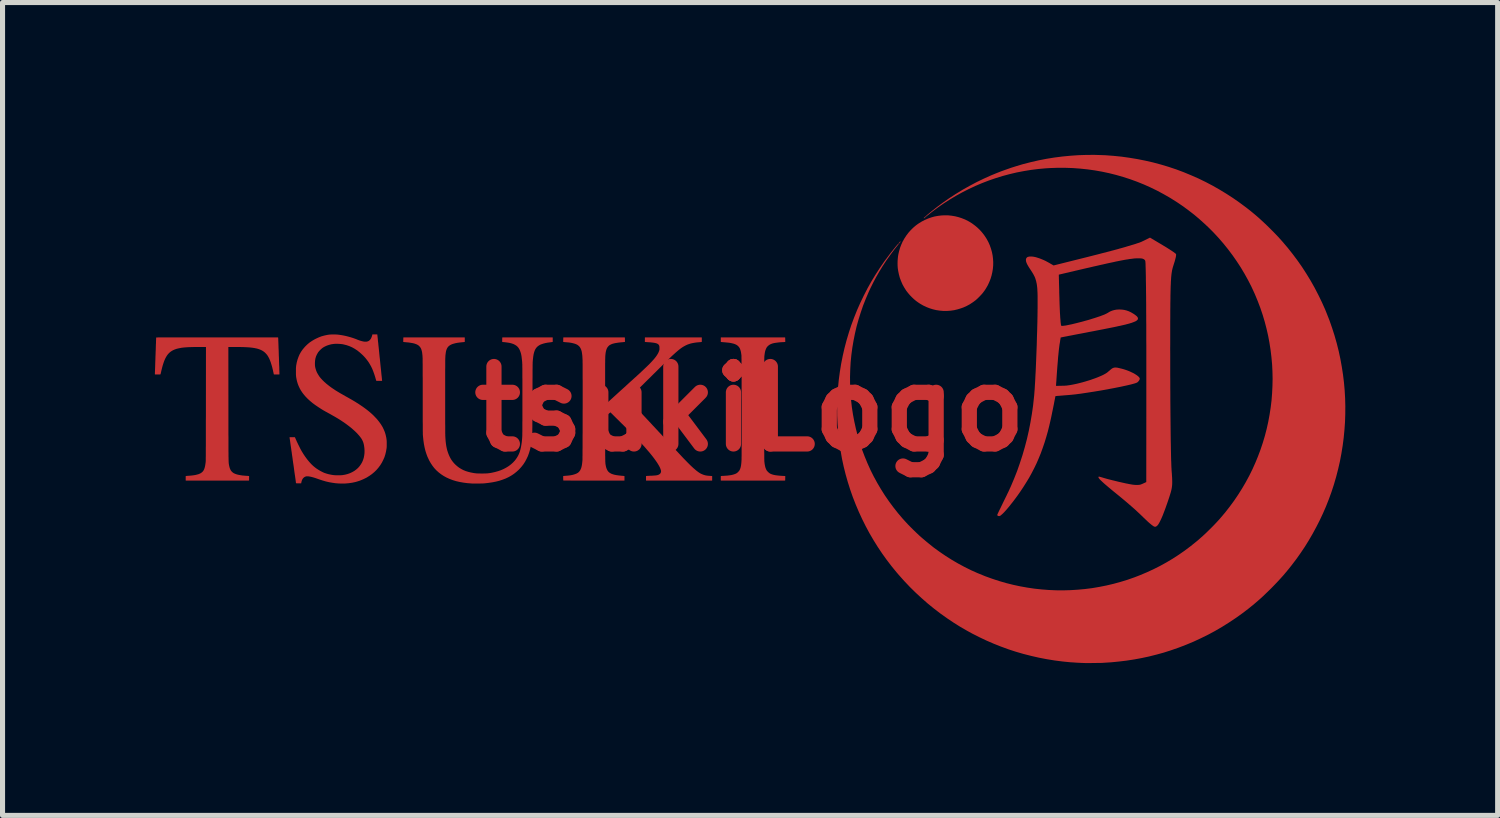
<source format=kicad_pcb>
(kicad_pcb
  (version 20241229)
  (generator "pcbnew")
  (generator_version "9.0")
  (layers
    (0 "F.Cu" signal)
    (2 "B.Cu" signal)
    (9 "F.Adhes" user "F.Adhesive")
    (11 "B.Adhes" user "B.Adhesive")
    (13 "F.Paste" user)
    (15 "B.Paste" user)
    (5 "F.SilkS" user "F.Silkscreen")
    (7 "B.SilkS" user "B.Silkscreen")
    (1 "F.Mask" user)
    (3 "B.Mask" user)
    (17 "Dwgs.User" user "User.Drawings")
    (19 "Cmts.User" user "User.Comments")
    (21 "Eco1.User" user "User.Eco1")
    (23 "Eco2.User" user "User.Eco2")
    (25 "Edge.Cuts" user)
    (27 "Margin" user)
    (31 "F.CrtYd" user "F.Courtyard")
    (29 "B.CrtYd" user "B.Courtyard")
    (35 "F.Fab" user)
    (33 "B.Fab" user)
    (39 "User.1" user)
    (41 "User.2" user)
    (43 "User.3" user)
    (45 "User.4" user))
  (footprint "tsukiLogo"
    (layer "F.Cu")
    (at 11.721 5.003)
    (property "Reference" "tsukiLogo" (at 0 0 0) (layer "F.Cu") (effects (font (size 1.524 1.524) (thickness 0.3))))
    (attr through_hole)
    (fp_poly (pts (xy 2.958 -3.29) (xy 2.955 -3.286) (xy 2.951 -3.283) (xy 2.949 -3.281) (xy 2.95 -3.283) (xy 2.952 -3.286) (xy 2.956 -3.29) (xy 2.958 -3.292) (xy 2.958 -3.29)) (stroke (width 0.01) (type solid)) (fill yes) (layer "F.Cu"))
    (fp_poly (pts (xy 3.435 -3.767) (xy 3.432 -3.764) (xy 3.429 -3.76) (xy 3.427 -3.759) (xy 3.427 -3.76) (xy 3.43 -3.764) (xy 3.434 -3.768) (xy 3.436 -3.769) (xy 3.435 -3.767)) (stroke (width 0.01) (type solid)) (fill yes) (layer "F.Cu"))
    (fp_poly (pts (xy 2.94 -3.269) (xy 2.934 -3.264) (xy 2.932 -3.261) (xy 2.931 -3.262) (xy 2.931 -3.262) (xy 2.933 -3.264) (xy 2.937 -3.268) (xy 2.939 -3.27) (xy 2.947 -3.278) (xy 2.94 -3.269)) (stroke (width 0.01) (type solid)) (fill yes) (layer "F.Cu"))
    (fp_poly (pts (xy 3.45 -3.78) (xy 3.445 -3.774) (xy 3.442 -3.772) (xy 3.441 -3.772) (xy 3.441 -3.772) (xy 3.443 -3.774) (xy 3.447 -3.778) (xy 3.45 -3.781) (xy 3.458 -3.788) (xy 3.45 -3.78)) (stroke (width 0.01) (type solid)) (fill yes) (layer "F.Cu"))
    (pad "1" smd custom (at -10.516 0) (size 0.254 0.254) (layers "F.Cu" "F.Mask" "F.Paste") (options (anchor circle)) (primitives (gr_poly (pts (xy 1.219 -1.394) (xy 1.219 -1.39) (xy 1.219 -1.382) (xy 1.22 -1.369) (xy 1.22 -1.353) (xy 1.221 -1.332) (xy 1.222 -1.309) (xy 1.223 -1.282) (xy 1.224 -1.253) (xy 1.225 -1.222) (xy 1.226 -1.189) (xy 1.228 -1.155) (xy 1.229 -1.119) (xy 1.23 -1.083) (xy 1.231 -1.046) (xy 1.233 -1.009) (xy 1.234 -0.973) (xy 1.235 -0.937) (xy 1.236 -0.902) (xy 1.237 -0.869) (xy 1.239 -0.837) (xy 1.24 -0.808) (xy 1.24 -0.781) (xy 1.241 -0.757) (xy 1.242 -0.736) (xy 1.242 -0.719) (xy 1.243 -0.706) (xy 1.243 -0.697) (xy 1.243 -0.693) (xy 1.243 -0.683) (xy 1.192 -0.683) (xy 1.177 -0.683) (xy 1.163 -0.683) (xy 1.152 -0.684) (xy 1.145 -0.684) (xy 1.141 -0.685) (xy 1.141 -0.685) (xy 1.141 -0.688) (xy 1.139 -0.696) (xy 1.137 -0.708) (xy 1.134 -0.722) (xy 1.13 -0.737) (xy 1.127 -0.754) (xy 1.123 -0.771) (xy 1.119 -0.787) (xy 1.115 -0.803) (xy 1.112 -0.816) (xy 1.112 -0.817) (xy 1.097 -0.869) (xy 1.082 -0.917) (xy 1.066 -0.96) (xy 1.049 -0.999) (xy 1.03 -1.034) (xy 1.01 -1.065) (xy 0.987 -1.092) (xy 0.963 -1.116) (xy 0.936 -1.137) (xy 0.907 -1.155) (xy 0.876 -1.17) (xy 0.841 -1.183) (xy 0.804 -1.194) (xy 0.788 -1.197) (xy 0.765 -1.202) (xy 0.741 -1.206) (xy 0.716 -1.21) (xy 0.69 -1.213) (xy 0.662 -1.216) (xy 0.631 -1.218) (xy 0.598 -1.22) (xy 0.562 -1.222) (xy 0.523 -1.223) (xy 0.48 -1.224) (xy 0.432 -1.224) (xy 0.384 -1.224) (xy 0.237 -1.224) (xy 0.238 -0.103) (xy 0.238 -0.013) (xy 0.238 0.073) (xy 0.238 0.154) (xy 0.238 0.23) (xy 0.238 0.302) (xy 0.238 0.37) (xy 0.238 0.433) (xy 0.238 0.492) (xy 0.239 0.548) (xy 0.239 0.599) (xy 0.239 0.647) (xy 0.239 0.692) (xy 0.239 0.733) (xy 0.239 0.771) (xy 0.239 0.806) (xy 0.239 0.838) (xy 0.24 0.867) (xy 0.24 0.894) (xy 0.24 0.918) (xy 0.24 0.94) (xy 0.241 0.96) (xy 0.241 0.978) (xy 0.241 0.994) (xy 0.242 1.008) (xy 0.242 1.02) (xy 0.242 1.032) (xy 0.243 1.041) (xy 0.243 1.05) (xy 0.244 1.058) (xy 0.244 1.065) (xy 0.245 1.071) (xy 0.245 1.076) (xy 0.246 1.082) (xy 0.247 1.087) (xy 0.248 1.091) (xy 0.248 1.096) (xy 0.249 1.101) (xy 0.25 1.106) (xy 0.257 1.138) (xy 0.265 1.167) (xy 0.276 1.193) (xy 0.288 1.216) (xy 0.304 1.236) (xy 0.323 1.254) (xy 0.344 1.269) (xy 0.37 1.281) (xy 0.399 1.292) (xy 0.432 1.301) (xy 0.469 1.308) (xy 0.511 1.315) (xy 0.529 1.317) (xy 0.545 1.318) (xy 0.562 1.32) (xy 0.578 1.321) (xy 0.59 1.322) (xy 0.603 1.323) (xy 0.616 1.324) (xy 0.627 1.324) (xy 0.632 1.325) (xy 0.646 1.326) (xy 0.645 1.406) (xy -0.593 1.407) (xy -0.593 1.326) (xy -0.58 1.325) (xy -0.572 1.324) (xy -0.561 1.323) (xy -0.548 1.322) (xy -0.533 1.321) (xy -0.53 1.321) (xy -0.484 1.317) (xy -0.443 1.312) (xy -0.406 1.306) (xy -0.374 1.298) (xy -0.345 1.29) (xy -0.32 1.28) (xy -0.298 1.269) (xy -0.28 1.256) (xy -0.264 1.242) (xy -0.264 1.242) (xy -0.251 1.227) (xy -0.24 1.21) (xy -0.231 1.192) (xy -0.223 1.17) (xy -0.216 1.146) (xy -0.21 1.118) (xy -0.205 1.086) (xy -0.2 1.049) (xy -0.199 1.04) (xy -0.199 1.036) (xy -0.199 1.03) (xy -0.198 1.021) (xy -0.198 1.009) (xy -0.198 0.995) (xy -0.198 0.978) (xy -0.198 0.958) (xy -0.197 0.934) (xy -0.197 0.908) (xy -0.197 0.878) (xy -0.197 0.845) (xy -0.197 0.808) (xy -0.197 0.768) (xy -0.196 0.724) (xy -0.196 0.676) (xy -0.196 0.624) (xy -0.196 0.568) (xy -0.196 0.508) (xy -0.196 0.444) (xy -0.196 0.376) (xy -0.196 0.302) (xy -0.196 0.225) (xy -0.195 0.142) (xy -0.195 0.055) (xy -0.195 -0.037) (xy -0.195 -0.107) (xy -0.194 -1.224) (xy -0.341 -1.224) (xy -0.39 -1.224) (xy -0.435 -1.224) (xy -0.475 -1.223) (xy -0.512 -1.222) (xy -0.545 -1.221) (xy -0.576 -1.219) (xy -0.604 -1.217) (xy -0.631 -1.215) (xy -0.656 -1.212) (xy -0.68 -1.209) (xy -0.701 -1.205) (xy -0.742 -1.197) (xy -0.779 -1.188) (xy -0.814 -1.176) (xy -0.846 -1.162) (xy -0.875 -1.146) (xy -0.902 -1.128) (xy -0.927 -1.106) (xy -0.95 -1.082) (xy -0.971 -1.054) (xy -0.99 -1.023) (xy -1.008 -0.988) (xy -1.025 -0.949) (xy -1.04 -0.906) (xy -1.055 -0.859) (xy -1.069 -0.807) (xy -1.083 -0.75) (xy -1.084 -0.747) (xy -1.087 -0.731) (xy -1.091 -0.716) (xy -1.094 -0.703) (xy -1.096 -0.694) (xy -1.097 -0.688) (xy -1.098 -0.686) (xy -1.099 -0.685) (xy -1.104 -0.684) (xy -1.111 -0.684) (xy -1.123 -0.683) (xy -1.139 -0.683) (xy -1.149 -0.683) (xy -1.165 -0.683) (xy -1.178 -0.683) (xy -1.189 -0.683) (xy -1.197 -0.684) (xy -1.2 -0.684) (xy -1.2 -0.684) (xy -1.2 -0.686) (xy -1.2 -0.694) (xy -1.199 -0.706) (xy -1.199 -0.722) (xy -1.198 -0.742) (xy -1.197 -0.765) (xy -1.196 -0.792) (xy -1.195 -0.822) (xy -1.194 -0.855) (xy -1.193 -0.891) (xy -1.192 -0.928) (xy -1.19 -0.967) (xy -1.189 -1.009) (xy -1.188 -1.041) (xy -1.186 -1.083) (xy -1.185 -1.124) (xy -1.183 -1.163) (xy -1.182 -1.201) (xy -1.181 -1.236) (xy -1.18 -1.268) (xy -1.178 -1.298) (xy -1.178 -1.324) (xy -1.177 -1.347) (xy -1.176 -1.367) (xy -1.176 -1.382) (xy -1.175 -1.393) (xy -1.175 -1.4) (xy -1.175 -1.401) (xy -1.174 -1.402) (xy -1.171 -1.402) (xy -1.167 -1.402) (xy -1.16 -1.402) (xy -1.151 -1.402) (xy -1.14 -1.403) (xy -1.126 -1.403) (xy -1.11 -1.403) (xy -1.091 -1.403) (xy -1.07 -1.403) (xy -1.045 -1.403) (xy -1.018 -1.404) (xy -0.988 -1.404) (xy -0.954 -1.404) (xy -0.917 -1.404) (xy -0.876 -1.404) (xy -0.832 -1.404) (xy -0.785 -1.404) (xy -0.733 -1.404) (xy -0.678 -1.404) (xy -0.618 -1.404) (xy -0.555 -1.404) (xy -0.487 -1.404) (xy -0.414 -1.404) (xy -0.338 -1.404) (xy -0.256 -1.404) (xy -0.17 -1.404) (xy -0.079 -1.404) (xy 0.017 -1.404) (xy 1.217 -1.404) (xy 1.219 -1.394)) (width 0.01) (fill yes))))
    (pad "1" smd custom (at -8.077 -0.025) (size 0.254 0.254) (layers "F.Cu" "F.Mask" "F.Paste") (options (anchor circle)) (primitives (gr_poly (pts (xy 0.702 -1.437) (xy 0.715 -1.437) (xy 0.724 -1.437) (xy 0.73 -1.437) (xy 0.732 -1.437) (xy 0.733 -1.434) (xy 0.733 -1.426) (xy 0.734 -1.414) (xy 0.736 -1.398) (xy 0.738 -1.379) (xy 0.741 -1.355) (xy 0.743 -1.329) (xy 0.746 -1.299) (xy 0.75 -1.267) (xy 0.753 -1.233) (xy 0.757 -1.197) (xy 0.761 -1.159) (xy 0.765 -1.12) (xy 0.769 -1.08) (xy 0.773 -1.039) (xy 0.777 -0.998) (xy 0.782 -0.957) (xy 0.786 -0.916) (xy 0.79 -0.876) (xy 0.794 -0.836) (xy 0.798 -0.798) (xy 0.802 -0.761) (xy 0.806 -0.726) (xy 0.809 -0.693) (xy 0.812 -0.662) (xy 0.815 -0.634) (xy 0.818 -0.61) (xy 0.82 -0.588) (xy 0.822 -0.57) (xy 0.823 -0.557) (xy 0.824 -0.547) (xy 0.825 -0.542) (xy 0.825 -0.542) (xy 0.826 -0.533) (xy 0.72 -0.533) (xy 0.715 -0.55) (xy 0.712 -0.56) (xy 0.708 -0.573) (xy 0.704 -0.587) (xy 0.702 -0.596) (xy 0.683 -0.656) (xy 0.663 -0.712) (xy 0.642 -0.765) (xy 0.619 -0.813) (xy 0.593 -0.859) (xy 0.566 -0.903) (xy 0.535 -0.945) (xy 0.502 -0.986) (xy 0.465 -1.026) (xy 0.441 -1.049) (xy 0.393 -1.092) (xy 0.344 -1.131) (xy 0.293 -1.164) (xy 0.241 -1.193) (xy 0.186 -1.217) (xy 0.13 -1.236) (xy 0.073 -1.25) (xy 0.049 -1.255) (xy 0.031 -1.257) (xy 0.009 -1.259) (xy -0.015 -1.261) (xy -0.041 -1.262) (xy -0.066 -1.262) (xy -0.09 -1.262) (xy -0.111 -1.261) (xy -0.122 -1.26) (xy -0.17 -1.253) (xy -0.216 -1.241) (xy -0.26 -1.226) (xy -0.301 -1.207) (xy -0.336 -1.187) (xy -0.353 -1.174) (xy -0.371 -1.159) (xy -0.39 -1.141) (xy -0.408 -1.123) (xy -0.423 -1.105) (xy -0.436 -1.088) (xy -0.437 -1.086) (xy -0.458 -1.049) (xy -0.475 -1.011) (xy -0.487 -0.971) (xy -0.494 -0.929) (xy -0.497 -0.885) (xy -0.497 -0.876) (xy -0.497 -0.85) (xy -0.496 -0.828) (xy -0.493 -0.806) (xy -0.489 -0.785) (xy -0.484 -0.766) (xy -0.472 -0.727) (xy -0.456 -0.689) (xy -0.435 -0.652) (xy -0.411 -0.614) (xy -0.382 -0.577) (xy -0.348 -0.54) (xy -0.31 -0.503) (xy -0.267 -0.465) (xy -0.219 -0.427) (xy -0.21 -0.42) (xy -0.172 -0.392) (xy -0.132 -0.365) (xy -0.089 -0.336) (xy -0.043 -0.308) (xy 0.007 -0.278) (xy 0.062 -0.247) (xy 0.107 -0.221) (xy 0.151 -0.197) (xy 0.191 -0.174) (xy 0.228 -0.153) (xy 0.262 -0.133) (xy 0.294 -0.114) (xy 0.324 -0.095) (xy 0.355 -0.076) (xy 0.385 -0.056) (xy 0.391 -0.052) (xy 0.443 -0.017) (xy 0.49 0.017) (xy 0.535 0.051) (xy 0.576 0.084) (xy 0.615 0.118) (xy 0.652 0.152) (xy 0.685 0.186) (xy 0.73 0.234) (xy 0.769 0.283) (xy 0.804 0.332) (xy 0.834 0.381) (xy 0.859 0.432) (xy 0.88 0.483) (xy 0.896 0.536) (xy 0.908 0.59) (xy 0.914 0.631) (xy 0.916 0.652) (xy 0.917 0.676) (xy 0.917 0.703) (xy 0.917 0.73) (xy 0.917 0.756) (xy 0.916 0.78) (xy 0.914 0.799) (xy 0.904 0.859) (xy 0.89 0.918) (xy 0.872 0.975) (xy 0.848 1.029) (xy 0.821 1.082) (xy 0.79 1.132) (xy 0.754 1.18) (xy 0.715 1.225) (xy 0.672 1.267) (xy 0.625 1.306) (xy 0.575 1.341) (xy 0.522 1.374) (xy 0.465 1.402) (xy 0.406 1.427) (xy 0.377 1.438) (xy 0.311 1.458) (xy 0.243 1.473) (xy 0.174 1.483) (xy 0.103 1.489) (xy 0.031 1.49) (xy -0.027 1.488) (xy -0.089 1.483) (xy -0.151 1.474) (xy -0.213 1.463) (xy -0.277 1.448) (xy -0.342 1.429) (xy -0.409 1.407) (xy -0.449 1.393) (xy -0.483 1.381) (xy -0.516 1.371) (xy -0.548 1.362) (xy -0.578 1.355) (xy -0.605 1.35) (xy -0.628 1.347) (xy -0.649 1.347) (xy -0.665 1.348) (xy -0.666 1.349) (xy -0.688 1.356) (xy -0.707 1.367) (xy -0.725 1.383) (xy -0.74 1.402) (xy -0.751 1.425) (xy -0.757 1.441) (xy -0.76 1.453) (xy -0.763 1.464) (xy -0.765 1.473) (xy -0.765 1.474) (xy -0.767 1.486) (xy -0.813 1.486) (xy -0.831 1.486) (xy -0.844 1.485) (xy -0.852 1.485) (xy -0.858 1.484) (xy -0.86 1.483) (xy -0.86 1.483) (xy -0.861 1.48) (xy -0.862 1.472) (xy -0.863 1.46) (xy -0.865 1.444) (xy -0.868 1.424) (xy -0.871 1.401) (xy -0.875 1.374) (xy -0.879 1.345) (xy -0.884 1.313) (xy -0.889 1.279) (xy -0.894 1.243) (xy -0.899 1.205) (xy -0.904 1.166) (xy -0.91 1.126) (xy -0.916 1.086) (xy -0.922 1.045) (xy -0.927 1.004) (xy -0.933 0.963) (xy -0.939 0.923) (xy -0.944 0.883) (xy -0.95 0.845) (xy -0.955 0.808) (xy -0.96 0.774) (xy -0.965 0.741) (xy -0.969 0.711) (xy -0.973 0.683) (xy -0.976 0.659) (xy -0.979 0.637) (xy -0.982 0.62) (xy -0.984 0.607) (xy -0.985 0.597) (xy -0.986 0.593) (xy -0.986 0.592) (xy -0.987 0.587) (xy -0.889 0.587) (xy -0.871 0.63) (xy -0.861 0.651) (xy -0.851 0.675) (xy -0.838 0.701) (xy -0.825 0.729) (xy -0.811 0.756) (xy -0.798 0.783) (xy -0.785 0.809) (xy -0.773 0.832) (xy -0.762 0.851) (xy -0.759 0.857) (xy -0.723 0.916) (xy -0.686 0.971) (xy -0.648 1.022) (xy -0.609 1.07) (xy -0.569 1.114) (xy -0.528 1.153) (xy -0.494 1.181) (xy -0.462 1.205) (xy -0.426 1.228) (xy -0.389 1.25) (xy -0.351 1.27) (xy -0.315 1.287) (xy -0.295 1.294) (xy -0.265 1.304) (xy -0.23 1.314) (xy -0.193 1.322) (xy -0.156 1.329) (xy -0.12 1.334) (xy -0.106 1.335) (xy -0.089 1.336) (xy -0.069 1.336) (xy -0.047 1.337) (xy -0.025 1.337) (xy -0.004 1.336) (xy 0.016 1.336) (xy 0.034 1.335) (xy 0.047 1.334) (xy 0.048 1.334) (xy 0.102 1.325) (xy 0.153 1.312) (xy 0.2 1.295) (xy 0.245 1.274) (xy 0.287 1.25) (xy 0.325 1.222) (xy 0.36 1.191) (xy 0.391 1.156) (xy 0.418 1.118) (xy 0.442 1.077) (xy 0.443 1.075) (xy 0.46 1.034) (xy 0.474 0.991) (xy 0.483 0.945) (xy 0.489 0.897) (xy 0.49 0.848) (xy 0.487 0.797) (xy 0.48 0.746) (xy 0.478 0.734) (xy 0.471 0.705) (xy 0.463 0.678) (xy 0.452 0.652) (xy 0.439 0.626) (xy 0.423 0.6) (xy 0.403 0.573) (xy 0.381 0.546) (xy 0.354 0.516) (xy 0.33 0.49) (xy 0.285 0.447) (xy 0.235 0.403) (xy 0.18 0.359) (xy 0.12 0.314) (xy 0.056 0.27) (xy -0.013 0.225) (xy -0.086 0.181) (xy -0.164 0.137) (xy -0.174 0.131) (xy -0.206 0.113) (xy -0.234 0.098) (xy -0.258 0.084) (xy -0.28 0.073) (xy -0.298 0.062) (xy -0.315 0.053) (xy -0.33 0.044) (xy -0.343 0.036) (xy -0.356 0.028) (xy -0.36 0.026) (xy -0.423 -0.015) (xy -0.482 -0.055) (xy -0.536 -0.095) (xy -0.585 -0.136) (xy -0.63 -0.177) (xy -0.67 -0.218) (xy -0.706 -0.26) (xy -0.739 -0.303) (xy -0.767 -0.346) (xy -0.788 -0.384) (xy -0.808 -0.427) (xy -0.824 -0.468) (xy -0.837 -0.51) (xy -0.848 -0.554) (xy -0.848 -0.558) (xy -0.852 -0.577) (xy -0.855 -0.593) (xy -0.857 -0.608) (xy -0.859 -0.623) (xy -0.86 -0.639) (xy -0.861 -0.656) (xy -0.861 -0.675) (xy -0.861 -0.698) (xy -0.861 -0.716) (xy -0.861 -0.74) (xy -0.861 -0.759) (xy -0.861 -0.775) (xy -0.86 -0.789) (xy -0.859 -0.801) (xy -0.858 -0.812) (xy -0.857 -0.823) (xy -0.856 -0.83) (xy -0.845 -0.889) (xy -0.83 -0.945) (xy -0.811 -0.998) (xy -0.789 -1.049) (xy -0.762 -1.096) (xy -0.731 -1.141) (xy -0.696 -1.183) (xy -0.671 -1.21) (xy -0.632 -1.247) (xy -0.592 -1.28) (xy -0.549 -1.309) (xy -0.502 -1.337) (xy -0.469 -1.354) (xy -0.415 -1.379) (xy -0.361 -1.4) (xy -0.306 -1.415) (xy -0.25 -1.427) (xy -0.213 -1.433) (xy -0.199 -1.434) (xy -0.181 -1.435) (xy -0.161 -1.436) (xy -0.138 -1.436) (xy -0.115 -1.436) (xy -0.093 -1.436) (xy -0.071 -1.435) (xy -0.053 -1.434) (xy -0.04 -1.433) (xy 0.006 -1.427) (xy 0.054 -1.419) (xy 0.104 -1.409) (xy 0.153 -1.397) (xy 0.201 -1.384) (xy 0.247 -1.37) (xy 0.29 -1.355) (xy 0.33 -1.34) (xy 0.33 -1.339) (xy 0.364 -1.326) (xy 0.398 -1.314) (xy 0.43 -1.305) (xy 0.46 -1.298) (xy 0.487 -1.294) (xy 0.495 -1.294) (xy 0.521 -1.294) (xy 0.545 -1.299) (xy 0.567 -1.308) (xy 0.586 -1.322) (xy 0.593 -1.328) (xy 0.601 -1.338) (xy 0.61 -1.349) (xy 0.616 -1.359) (xy 0.621 -1.37) (xy 0.627 -1.383) (xy 0.633 -1.399) (xy 0.638 -1.414) (xy 0.641 -1.428) (xy 0.642 -1.431) (xy 0.643 -1.437) (xy 0.688 -1.437) (xy 0.702 -1.437)) (width 0.01) (fill yes))))
    (pad "1" smd custom (at -6.198 -0.025) (size 0.254 0.254) (layers "F.Cu" "F.Mask" "F.Paste") (options (anchor circle)) (primitives (gr_poly (pts (xy 2.307 -1.298) (xy 2.298 -1.297) (xy 2.293 -1.296) (xy 2.283 -1.295) (xy 2.271 -1.293) (xy 2.258 -1.291) (xy 2.258 -1.291) (xy 2.211 -1.285) (xy 2.168 -1.277) (xy 2.129 -1.267) (xy 2.095 -1.256) (xy 2.064 -1.244) (xy 2.038 -1.229) (xy 2.014 -1.212) (xy 1.994 -1.193) (xy 1.977 -1.171) (xy 1.962 -1.147) (xy 1.95 -1.119) (xy 1.94 -1.088) (xy 1.931 -1.054) (xy 1.926 -1.022) (xy 1.923 -1.005) (xy 1.921 -0.987) (xy 1.919 -0.967) (xy 1.916 -0.944) (xy 1.914 -0.918) (xy 1.913 -0.902) (xy 1.912 -0.895) (xy 1.912 -0.883) (xy 1.912 -0.867) (xy 1.911 -0.845) (xy 1.911 -0.818) (xy 1.911 -0.787) (xy 1.91 -0.75) (xy 1.91 -0.709) (xy 1.91 -0.662) (xy 1.91 -0.611) (xy 1.909 -0.554) (xy 1.909 -0.493) (xy 1.909 -0.426) (xy 1.909 -0.354) (xy 1.908 -0.277) (xy 1.908 -0.196) (xy 1.908 -0.184) (xy 1.908 -0.114) (xy 1.908 -0.048) (xy 1.907 0.013) (xy 1.907 0.07) (xy 1.907 0.122) (xy 1.907 0.17) (xy 1.907 0.215) (xy 1.907 0.255) (xy 1.906 0.293) (xy 1.906 0.327) (xy 1.906 0.358) (xy 1.906 0.386) (xy 1.905 0.411) (xy 1.905 0.434) (xy 1.905 0.455) (xy 1.905 0.473) (xy 1.904 0.49) (xy 1.904 0.506) (xy 1.903 0.519) (xy 1.903 0.532) (xy 1.902 0.543) (xy 1.902 0.554) (xy 1.901 0.564) (xy 1.9 0.574) (xy 1.899 0.583) (xy 1.899 0.592) (xy 1.898 0.602) (xy 1.897 0.612) (xy 1.896 0.616) (xy 1.887 0.691) (xy 1.875 0.762) (xy 1.859 0.829) (xy 1.84 0.893) (xy 1.818 0.953) (xy 1.791 1.01) (xy 1.762 1.064) (xy 1.729 1.115) (xy 1.692 1.162) (xy 1.651 1.208) (xy 1.635 1.224) (xy 1.59 1.264) (xy 1.543 1.301) (xy 1.493 1.334) (xy 1.44 1.364) (xy 1.383 1.391) (xy 1.322 1.414) (xy 1.259 1.435) (xy 1.191 1.452) (xy 1.12 1.466) (xy 1.045 1.477) (xy 0.965 1.486) (xy 0.963 1.486) (xy 0.949 1.487) (xy 0.931 1.488) (xy 0.91 1.488) (xy 0.886 1.489) (xy 0.861 1.489) (xy 0.835 1.489) (xy 0.808 1.49) (xy 0.783 1.49) (xy 0.76 1.489) (xy 0.739 1.489) (xy 0.722 1.489) (xy 0.714 1.488) (xy 0.633 1.482) (xy 0.556 1.472) (xy 0.482 1.459) (xy 0.412 1.443) (xy 0.346 1.423) (xy 0.283 1.399) (xy 0.225 1.373) (xy 0.17 1.343) (xy 0.118 1.309) (xy 0.07 1.272) (xy 0.025 1.232) (xy -0.016 1.188) (xy -0.053 1.14) (xy -0.087 1.089) (xy -0.118 1.034) (xy -0.145 0.976) (xy -0.148 0.971) (xy -0.17 0.912) (xy -0.19 0.85) (xy -0.206 0.784) (xy -0.22 0.714) (xy -0.23 0.641) (xy -0.238 0.564) (xy -0.241 0.522) (xy -0.241 0.515) (xy -0.241 0.502) (xy -0.241 0.484) (xy -0.242 0.462) (xy -0.242 0.435) (xy -0.242 0.403) (xy -0.242 0.367) (xy -0.242 0.326) (xy -0.243 0.281) (xy -0.243 0.231) (xy -0.243 0.177) (xy -0.243 0.119) (xy -0.243 0.057) (xy -0.243 -0.009) (xy -0.243 -0.079) (xy -0.243 -0.153) (xy -0.243 -0.227) (xy -0.243 -0.302) (xy -0.243 -0.374) (xy -0.243 -0.443) (xy -0.243 -0.508) (xy -0.243 -0.57) (xy -0.244 -0.627) (xy -0.244 -0.681) (xy -0.244 -0.731) (xy -0.244 -0.777) (xy -0.244 -0.819) (xy -0.244 -0.856) (xy -0.245 -0.889) (xy -0.245 -0.918) (xy -0.245 -0.941) (xy -0.245 -0.961) (xy -0.245 -0.975) (xy -0.246 -0.984) (xy -0.246 -0.985) (xy -0.248 -1.025) (xy -0.252 -1.061) (xy -0.256 -1.092) (xy -0.262 -1.119) (xy -0.269 -1.143) (xy -0.277 -1.164) (xy -0.287 -1.183) (xy -0.299 -1.199) (xy -0.312 -1.214) (xy -0.327 -1.228) (xy -0.345 -1.24) (xy -0.366 -1.251) (xy -0.39 -1.26) (xy -0.417 -1.269) (xy -0.448 -1.276) (xy -0.484 -1.282) (xy -0.523 -1.288) (xy -0.567 -1.292) (xy -0.573 -1.293) (xy -0.587 -1.294) (xy -0.599 -1.295) (xy -0.61 -1.296) (xy -0.616 -1.297) (xy -0.627 -1.298) (xy -0.626 -1.338) (xy -0.625 -1.378) (xy 0.575 -1.379) (xy 0.575 -1.298) (xy 0.566 -1.297) (xy 0.561 -1.296) (xy 0.551 -1.295) (xy 0.539 -1.294) (xy 0.528 -1.293) (xy 0.48 -1.288) (xy 0.437 -1.282) (xy 0.399 -1.275) (xy 0.365 -1.266) (xy 0.335 -1.257) (xy 0.309 -1.246) (xy 0.287 -1.234) (xy 0.268 -1.221) (xy 0.251 -1.205) (xy 0.242 -1.194) (xy 0.231 -1.178) (xy 0.222 -1.16) (xy 0.214 -1.14) (xy 0.207 -1.117) (xy 0.202 -1.091) (xy 0.198 -1.061) (xy 0.194 -1.028) (xy 0.192 -0.989) (xy 0.191 -0.977) (xy 0.191 -0.969) (xy 0.191 -0.956) (xy 0.19 -0.938) (xy 0.19 -0.916) (xy 0.19 -0.89) (xy 0.19 -0.86) (xy 0.19 -0.827) (xy 0.19 -0.79) (xy 0.189 -0.751) (xy 0.189 -0.708) (xy 0.189 -0.664) (xy 0.189 -0.617) (xy 0.189 -0.568) (xy 0.189 -0.517) (xy 0.189 -0.465) (xy 0.189 -0.411) (xy 0.189 -0.357) (xy 0.189 -0.302) (xy 0.189 -0.247) (xy 0.189 -0.191) (xy 0.189 -0.136) (xy 0.189 -0.081) (xy 0.189 -0.027) (xy 0.189 0.027) (xy 0.189 0.079) (xy 0.189 0.13) (xy 0.189 0.179) (xy 0.189 0.227) (xy 0.189 0.272) (xy 0.189 0.315) (xy 0.19 0.355) (xy 0.19 0.392) (xy 0.19 0.426) (xy 0.19 0.456) (xy 0.19 0.483) (xy 0.19 0.505) (xy 0.191 0.523) (xy 0.191 0.537) (xy 0.191 0.546) (xy 0.194 0.605) (xy 0.198 0.66) (xy 0.204 0.711) (xy 0.211 0.758) (xy 0.22 0.802) (xy 0.23 0.843) (xy 0.243 0.883) (xy 0.257 0.921) (xy 0.273 0.958) (xy 0.281 0.975) (xy 0.305 1.019) (xy 0.332 1.058) (xy 0.362 1.095) (xy 0.391 1.125) (xy 0.427 1.157) (xy 0.465 1.186) (xy 0.506 1.211) (xy 0.549 1.234) (xy 0.596 1.253) (xy 0.646 1.269) (xy 0.699 1.282) (xy 0.757 1.293) (xy 0.779 1.296) (xy 0.79 1.297) (xy 0.801 1.299) (xy 0.812 1.3) (xy 0.823 1.3) (xy 0.836 1.301) (xy 0.851 1.301) (xy 0.87 1.301) (xy 0.891 1.302) (xy 0.915 1.302) (xy 0.944 1.302) (xy 0.97 1.301) (xy 0.991 1.301) (xy 1.011 1.3) (xy 1.029 1.299) (xy 1.046 1.297) (xy 1.063 1.295) (xy 1.081 1.292) (xy 1.102 1.289) (xy 1.116 1.286) (xy 1.179 1.272) (xy 1.239 1.255) (xy 1.297 1.235) (xy 1.351 1.211) (xy 1.403 1.183) (xy 1.451 1.153) (xy 1.495 1.119) (xy 1.535 1.083) (xy 1.542 1.075) (xy 1.569 1.046) (xy 1.593 1.015) (xy 1.615 0.982) (xy 1.635 0.948) (xy 1.652 0.912) (xy 1.667 0.873) (xy 1.679 0.831) (xy 1.69 0.786) (xy 1.699 0.737) (xy 1.707 0.685) (xy 1.713 0.628) (xy 1.717 0.567) (xy 1.717 0.556) (xy 1.718 0.549) (xy 1.718 0.536) (xy 1.718 0.519) (xy 1.718 0.498) (xy 1.719 0.473) (xy 1.719 0.444) (xy 1.719 0.411) (xy 1.719 0.376) (xy 1.719 0.337) (xy 1.719 0.296) (xy 1.72 0.252) (xy 1.72 0.207) (xy 1.72 0.159) (xy 1.72 0.11) (xy 1.72 0.059) (xy 1.72 0.008) (xy 1.72 -0.045) (xy 1.72 -0.097) (xy 1.72 -0.151) (xy 1.72 -0.204) (xy 1.72 -0.257) (xy 1.72 -0.309) (xy 1.72 -0.361) (xy 1.72 -0.411) (xy 1.72 -0.46) (xy 1.72 -0.508) (xy 1.72 -0.554) (xy 1.719 -0.597) (xy 1.719 -0.639) (xy 1.719 -0.677) (xy 1.719 -0.713) (xy 1.719 -0.746) (xy 1.719 -0.775) (xy 1.718 -0.8) (xy 1.718 -0.821) (xy 1.718 -0.838) (xy 1.718 -0.851) (xy 1.718 -0.859) (xy 1.717 -0.86) (xy 1.715 -0.903) (xy 1.711 -0.942) (xy 1.707 -0.977) (xy 1.703 -1.009) (xy 1.698 -1.038) (xy 1.692 -1.065) (xy 1.685 -1.089) (xy 1.684 -1.091) (xy 1.672 -1.125) (xy 1.658 -1.155) (xy 1.641 -1.182) (xy 1.621 -1.205) (xy 1.598 -1.225) (xy 1.571 -1.242) (xy 1.541 -1.257) (xy 1.507 -1.269) (xy 1.469 -1.279) (xy 1.436 -1.285) (xy 1.426 -1.286) (xy 1.413 -1.288) (xy 1.399 -1.29) (xy 1.383 -1.292) (xy 1.367 -1.294) (xy 1.352 -1.295) (xy 1.339 -1.297) (xy 1.329 -1.297) (xy 1.322 -1.298) (xy 1.322 -1.298) (xy 1.322 -1.3) (xy 1.322 -1.307) (xy 1.322 -1.317) (xy 1.322 -1.329) (xy 1.322 -1.338) (xy 1.323 -1.378) (xy 1.815 -1.378) (xy 2.307 -1.379) (xy 2.307 -1.298)) (width 0.01) (fill yes))))
    (pad "1" smd custom (at -3.073 0) (size 0.254 0.254) (layers "F.Cu" "F.Mask" "F.Paste") (options (anchor circle)) (primitives (gr_poly (pts (xy 2.118 -1.324) (xy 2.108 -1.322) (xy 2.101 -1.321) (xy 2.091 -1.32) (xy 2.078 -1.319) (xy 2.064 -1.318) (xy 2.064 -1.318) (xy 2.019 -1.314) (xy 1.978 -1.308) (xy 1.939 -1.301) (xy 1.903 -1.293) (xy 1.869 -1.282) (xy 1.835 -1.27) (xy 1.803 -1.255) (xy 1.771 -1.238) (xy 1.738 -1.218) (xy 1.705 -1.195) (xy 1.67 -1.168) (xy 1.634 -1.138) (xy 1.595 -1.104) (xy 1.582 -1.092) (xy 1.574 -1.085) (xy 1.566 -1.078) (xy 1.559 -1.071) (xy 1.551 -1.064) (xy 1.543 -1.057) (xy 1.535 -1.049) (xy 1.526 -1.041) (xy 1.517 -1.032) (xy 1.506 -1.022) (xy 1.495 -1.01) (xy 1.482 -0.998) (xy 1.468 -0.984) (xy 1.452 -0.969) (xy 1.435 -0.952) (xy 1.416 -0.934) (xy 1.395 -0.913) (xy 1.372 -0.89) (xy 1.346 -0.865) (xy 1.319 -0.838) (xy 1.288 -0.808) (xy 1.255 -0.775) (xy 1.219 -0.739) (xy 1.179 -0.7) (xy 1.137 -0.658) (xy 1.091 -0.612) (xy 1.074 -0.596) (xy 1.028 -0.551) (xy 0.986 -0.509) (xy 0.947 -0.47) (xy 0.911 -0.435) (xy 0.879 -0.402) (xy 0.849 -0.373) (xy 0.822 -0.346) (xy 0.798 -0.322) (xy 0.776 -0.301) (xy 0.757 -0.282) (xy 0.741 -0.265) (xy 0.726 -0.25) (xy 0.713 -0.237) (xy 0.703 -0.226) (xy 0.694 -0.217) (xy 0.687 -0.21) (xy 0.681 -0.204) (xy 0.677 -0.199) (xy 0.674 -0.195) (xy 0.672 -0.193) (xy 0.671 -0.191) (xy 0.671 -0.191) (xy 0.674 -0.188) (xy 0.679 -0.183) (xy 0.687 -0.174) (xy 0.699 -0.161) (xy 0.713 -0.146) (xy 0.73 -0.128) (xy 0.749 -0.107) (xy 0.771 -0.083) (xy 0.795 -0.058) (xy 0.821 -0.03) (xy 0.848 -0.000314) (xy 0.878 0.031) (xy 0.909 0.064) (xy 0.941 0.099) (xy 0.974 0.135) (xy 1.008 0.171) (xy 1.043 0.209) (xy 1.079 0.247) (xy 1.115 0.286) (xy 1.152 0.326) (xy 1.189 0.365) (xy 1.226 0.405) (xy 1.262 0.444) (xy 1.299 0.483) (xy 1.335 0.522) (xy 1.37 0.56) (xy 1.404 0.596) (xy 1.438 0.632) (xy 1.47 0.667) (xy 1.501 0.7) (xy 1.531 0.732) (xy 1.559 0.762) (xy 1.585 0.79) (xy 1.609 0.816) (xy 1.631 0.839) (xy 1.651 0.861) (xy 1.668 0.879) (xy 1.683 0.895) (xy 1.695 0.908) (xy 1.704 0.917) (xy 1.708 0.922) (xy 1.751 0.968) (xy 1.792 1.01) (xy 1.829 1.048) (xy 1.864 1.083) (xy 1.896 1.115) (xy 1.926 1.143) (xy 1.954 1.169) (xy 1.981 1.192) (xy 2.005 1.213) (xy 2.028 1.231) (xy 2.05 1.247) (xy 2.07 1.261) (xy 2.09 1.273) (xy 2.109 1.283) (xy 2.128 1.291) (xy 2.146 1.299) (xy 2.15 1.3) (xy 2.168 1.306) (xy 2.185 1.311) (xy 2.203 1.315) (xy 2.223 1.318) (xy 2.245 1.321) (xy 2.271 1.323) (xy 2.297 1.325) (xy 2.322 1.326) (xy 2.322 1.407) (xy 1.029 1.407) (xy 1.029 1.326) (xy 1.042 1.325) (xy 1.048 1.324) (xy 1.059 1.323) (xy 1.072 1.323) (xy 1.089 1.322) (xy 1.107 1.321) (xy 1.126 1.321) (xy 1.127 1.321) (xy 1.16 1.319) (xy 1.189 1.317) (xy 1.214 1.315) (xy 1.235 1.312) (xy 1.253 1.308) (xy 1.268 1.303) (xy 1.281 1.297) (xy 1.292 1.29) (xy 1.302 1.282) (xy 1.314 1.269) (xy 1.321 1.254) (xy 1.325 1.237) (xy 1.325 1.235) (xy 1.325 1.218) (xy 1.32 1.198) (xy 1.312 1.175) (xy 1.301 1.149) (xy 1.286 1.12) (xy 1.268 1.089) (xy 1.246 1.054) (xy 1.221 1.018) (xy 1.193 0.979) (xy 1.162 0.938) (xy 1.128 0.895) (xy 1.091 0.85) (xy 1.051 0.804) (xy 1.009 0.755) (xy 0.964 0.705) (xy 0.916 0.654) (xy 0.866 0.601) (xy 0.848 0.582) (xy 0.838 0.572) (xy 0.825 0.558) (xy 0.809 0.542) (xy 0.79 0.523) (xy 0.769 0.502) (xy 0.746 0.479) (xy 0.722 0.455) (xy 0.696 0.429) (xy 0.67 0.403) (xy 0.643 0.377) (xy 0.616 0.35) (xy 0.609 0.343) (xy 0.582 0.316) (xy 0.555 0.29) (xy 0.529 0.264) (xy 0.504 0.239) (xy 0.48 0.215) (xy 0.457 0.193) (xy 0.436 0.172) (xy 0.417 0.153) (xy 0.401 0.137) (xy 0.388 0.124) (xy 0.377 0.114) (xy 0.375 0.111) (xy 0.324 0.061) (xy 0.269 0.105) (xy 0.215 0.149) (xy 0.215 0.587) (xy 0.215 0.644) (xy 0.215 0.696) (xy 0.215 0.744) (xy 0.215 0.787) (xy 0.215 0.826) (xy 0.215 0.861) (xy 0.215 0.893) (xy 0.215 0.921) (xy 0.216 0.947) (xy 0.216 0.969) (xy 0.216 0.989) (xy 0.217 1.007) (xy 0.217 1.022) (xy 0.217 1.035) (xy 0.218 1.047) (xy 0.219 1.058) (xy 0.219 1.067) (xy 0.22 1.076) (xy 0.221 1.084) (xy 0.222 1.091) (xy 0.223 1.099) (xy 0.225 1.107) (xy 0.226 1.115) (xy 0.226 1.116) (xy 0.234 1.151) (xy 0.245 1.182) (xy 0.258 1.21) (xy 0.274 1.233) (xy 0.276 1.236) (xy 0.286 1.246) (xy 0.299 1.257) (xy 0.314 1.267) (xy 0.33 1.276) (xy 0.344 1.283) (xy 0.344 1.283) (xy 0.372 1.293) (xy 0.405 1.302) (xy 0.442 1.309) (xy 0.485 1.315) (xy 0.531 1.32) (xy 0.537 1.321) (xy 0.551 1.322) (xy 0.565 1.323) (xy 0.575 1.324) (xy 0.583 1.325) (xy 0.584 1.325) (xy 0.595 1.326) (xy 0.595 1.407) (xy -0.002 1.407) (xy -0.057 1.407) (xy -0.11 1.407) (xy -0.162 1.407) (xy -0.212 1.407) (xy -0.26 1.407) (xy -0.305 1.407) (xy -0.349 1.407) (xy -0.389 1.407) (xy -0.427 1.407) (xy -0.462 1.406) (xy -0.493 1.406) (xy -0.521 1.406) (xy -0.545 1.406) (xy -0.565 1.406) (xy -0.58 1.406) (xy -0.592 1.406) (xy -0.598 1.405) (xy -0.6 1.405) (xy -0.601 1.402) (xy -0.601 1.395) (xy -0.601 1.385) (xy -0.602 1.372) (xy -0.602 1.365) (xy -0.602 1.326) (xy -0.591 1.325) (xy -0.583 1.324) (xy -0.572 1.323) (xy -0.561 1.322) (xy -0.558 1.322) (xy -0.511 1.318) (xy -0.468 1.313) (xy -0.429 1.306) (xy -0.395 1.297) (xy -0.365 1.287) (xy -0.339 1.276) (xy -0.316 1.263) (xy -0.297 1.248) (xy -0.282 1.231) (xy -0.278 1.225) (xy -0.266 1.208) (xy -0.257 1.188) (xy -0.248 1.167) (xy -0.241 1.142) (xy -0.235 1.115) (xy -0.23 1.083) (xy -0.226 1.047) (xy -0.223 1.018) (xy -0.223 1.013) (xy -0.222 1.002) (xy -0.222 0.987) (xy -0.222 0.967) (xy -0.222 0.943) (xy -0.221 0.915) (xy -0.221 0.883) (xy -0.221 0.848) (xy -0.221 0.81) (xy -0.22 0.768) (xy -0.22 0.723) (xy -0.22 0.676) (xy -0.22 0.626) (xy -0.22 0.574) (xy -0.22 0.52) (xy -0.219 0.464) (xy -0.219 0.407) (xy -0.219 0.348) (xy -0.219 0.288) (xy -0.219 0.227) (xy -0.219 0.165) (xy -0.219 0.103) (xy -0.219 0.041) (xy -0.218 -0.022) (xy -0.218 -0.084) (xy -0.218 -0.146) (xy -0.218 -0.207) (xy -0.218 -0.268) (xy -0.218 -0.327) (xy -0.218 -0.386) (xy -0.218 -0.443) (xy -0.218 -0.498) (xy -0.218 -0.551) (xy -0.219 -0.602) (xy -0.219 -0.651) (xy -0.219 -0.698) (xy -0.219 -0.741) (xy -0.219 -0.782) (xy -0.219 -0.819) (xy -0.219 -0.853) (xy -0.219 -0.883) (xy -0.22 -0.91) (xy -0.22 -0.932) (xy -0.22 -0.95) (xy -0.22 -0.964) (xy -0.221 -0.973) (xy -0.221 -0.973) (xy -0.223 -1.013) (xy -0.225 -1.048) (xy -0.229 -1.079) (xy -0.233 -1.107) (xy -0.237 -1.131) (xy -0.243 -1.153) (xy -0.25 -1.173) (xy -0.258 -1.191) (xy -0.262 -1.199) (xy -0.274 -1.219) (xy -0.289 -1.237) (xy -0.307 -1.253) (xy -0.328 -1.268) (xy -0.353 -1.28) (xy -0.381 -1.29) (xy -0.414 -1.299) (xy -0.45 -1.307) (xy -0.491 -1.313) (xy -0.537 -1.317) (xy -0.544 -1.318) (xy -0.558 -1.319) (xy -0.572 -1.32) (xy -0.582 -1.321) (xy -0.59 -1.322) (xy -0.591 -1.322) (xy -0.602 -1.324) (xy -0.601 -1.363) (xy -0.6 -1.403) (xy 0.603 -1.403) (xy 0.604 -1.363) (xy 0.605 -1.324) (xy 0.594 -1.322) (xy 0.588 -1.322) (xy 0.578 -1.321) (xy 0.565 -1.319) (xy 0.55 -1.318) (xy 0.537 -1.317) (xy 0.491 -1.312) (xy 0.45 -1.306) (xy 0.413 -1.3) (xy 0.381 -1.292) (xy 0.353 -1.284) (xy 0.351 -1.283) (xy 0.325 -1.271) (xy 0.301 -1.258) (xy 0.282 -1.241) (xy 0.265 -1.221) (xy 0.251 -1.199) (xy 0.24 -1.172) (xy 0.231 -1.141) (xy 0.224 -1.106) (xy 0.223 -1.098) (xy 0.222 -1.089) (xy 0.221 -1.08) (xy 0.22 -1.071) (xy 0.219 -1.061) (xy 0.218 -1.049) (xy 0.217 -1.037) (xy 0.217 -1.023) (xy 0.216 -1.007) (xy 0.216 -0.989) (xy 0.215 -0.969) (xy 0.215 -0.947) (xy 0.215 -0.921) (xy 0.214 -0.893) (xy 0.214 -0.862) (xy 0.214 -0.828) (xy 0.214 -0.789) (xy 0.214 -0.747) (xy 0.214 -0.701) (xy 0.214 -0.651) (xy 0.214 -0.596) (xy 0.214 -0.536) (xy 0.214 -0.518) (xy 0.215 -0.072) (xy 0.426 -0.264) (xy 0.459 -0.294) (xy 0.494 -0.326) (xy 0.53 -0.359) (xy 0.568 -0.393) (xy 0.607 -0.428) (xy 0.645 -0.463) (xy 0.682 -0.497) (xy 0.718 -0.53) (xy 0.753 -0.561) (xy 0.785 -0.59) (xy 0.813 -0.616) (xy 0.816 -0.618) (xy 0.864 -0.662) (xy 0.908 -0.702) (xy 0.948 -0.74) (xy 0.985 -0.775) (xy 1.019 -0.807) (xy 1.05 -0.837) (xy 1.079 -0.865) (xy 1.105 -0.891) (xy 1.128 -0.915) (xy 1.149 -0.938) (xy 1.168 -0.959) (xy 1.186 -0.979) (xy 1.201 -0.998) (xy 1.216 -1.016) (xy 1.229 -1.034) (xy 1.241 -1.051) (xy 1.241 -1.052) (xy 1.256 -1.075) (xy 1.268 -1.096) (xy 1.277 -1.116) (xy 1.285 -1.136) (xy 1.286 -1.138) (xy 1.289 -1.148) (xy 1.292 -1.156) (xy 1.293 -1.163) (xy 1.294 -1.172) (xy 1.294 -1.182) (xy 1.294 -1.196) (xy 1.294 -1.197) (xy 1.294 -1.213) (xy 1.293 -1.224) (xy 1.293 -1.232) (xy 1.291 -1.239) (xy 1.289 -1.246) (xy 1.288 -1.248) (xy 1.282 -1.261) (xy 1.273 -1.272) (xy 1.263 -1.281) (xy 1.249 -1.289) (xy 1.232 -1.296) (xy 1.211 -1.302) (xy 1.186 -1.307) (xy 1.157 -1.311) (xy 1.13 -1.314) (xy 1.114 -1.316) (xy 1.097 -1.317) (xy 1.08 -1.318) (xy 1.066 -1.319) (xy 1.066 -1.319) (xy 1.052 -1.32) (xy 1.039 -1.321) (xy 1.027 -1.322) (xy 1.022 -1.322) (xy 1.006 -1.324) (xy 1.007 -1.363) (xy 1.007 -1.403) (xy 1.563 -1.404) (xy 2.118 -1.404) (xy 2.118 -1.324)) (width 0.01) (fill yes))))
    (pad "1" smd custom (at 0.051 -0.076) (size 0.254 0.254) (layers "F.Cu" "F.Mask" "F.Paste") (options (anchor circle)) (primitives (gr_poly (pts (xy 0.636 -1.327) (xy 0.637 -1.287) (xy 0.638 -1.247) (xy 0.619 -1.246) (xy 0.609 -1.245) (xy 0.596 -1.244) (xy 0.581 -1.244) (xy 0.569 -1.243) (xy 0.548 -1.242) (xy 0.525 -1.24) (xy 0.501 -1.237) (xy 0.477 -1.234) (xy 0.455 -1.231) (xy 0.436 -1.228) (xy 0.428 -1.227) (xy 0.394 -1.219) (xy 0.365 -1.209) (xy 0.339 -1.197) (xy 0.317 -1.183) (xy 0.298 -1.166) (xy 0.296 -1.164) (xy 0.285 -1.154) (xy 0.278 -1.145) (xy 0.272 -1.136) (xy 0.266 -1.124) (xy 0.262 -1.117) (xy 0.254 -1.098) (xy 0.246 -1.077) (xy 0.24 -1.055) (xy 0.235 -1.03) (xy 0.231 -1.003) (xy 0.227 -0.971) (xy 0.226 -0.959) (xy 0.225 -0.953) (xy 0.225 -0.942) (xy 0.225 -0.927) (xy 0.224 -0.907) (xy 0.224 -0.883) (xy 0.224 -0.855) (xy 0.224 -0.823) (xy 0.224 -0.788) (xy 0.223 -0.749) (xy 0.223 -0.707) (xy 0.223 -0.662) (xy 0.223 -0.615) (xy 0.223 -0.565) (xy 0.222 -0.512) (xy 0.222 -0.458) (xy 0.222 -0.401) (xy 0.222 -0.343) (xy 0.222 -0.284) (xy 0.222 -0.223) (xy 0.222 -0.162) (xy 0.222 -0.099) (xy 0.222 -0.036) (xy 0.222 0.028) (xy 0.222 0.091) (xy 0.222 0.155) (xy 0.222 0.218) (xy 0.222 0.281) (xy 0.222 0.343) (xy 0.222 0.404) (xy 0.222 0.465) (xy 0.222 0.523) (xy 0.222 0.581) (xy 0.222 0.636) (xy 0.223 0.69) (xy 0.223 0.741) (xy 0.223 0.79) (xy 0.223 0.836) (xy 0.223 0.88) (xy 0.223 0.92) (xy 0.224 0.957) (xy 0.224 0.991) (xy 0.224 1.021) (xy 0.224 1.047) (xy 0.225 1.069) (xy 0.225 1.087) (xy 0.225 1.1) (xy 0.225 1.109) (xy 0.226 1.111) (xy 0.23 1.148) (xy 0.235 1.18) (xy 0.241 1.209) (xy 0.248 1.235) (xy 0.257 1.258) (xy 0.263 1.272) (xy 0.27 1.285) (xy 0.276 1.295) (xy 0.284 1.304) (xy 0.294 1.315) (xy 0.297 1.318) (xy 0.311 1.331) (xy 0.325 1.343) (xy 0.341 1.353) (xy 0.359 1.362) (xy 0.378 1.369) (xy 0.4 1.376) (xy 0.425 1.382) (xy 0.453 1.387) (xy 0.484 1.391) (xy 0.519 1.395) (xy 0.558 1.398) (xy 0.603 1.401) (xy 0.608 1.401) (xy 0.638 1.402) (xy 0.637 1.442) (xy 0.636 1.482) (xy -0.622 1.483) (xy -0.622 1.402) (xy -0.604 1.401) (xy -0.595 1.4) (xy -0.583 1.4) (xy -0.567 1.399) (xy -0.551 1.398) (xy -0.54 1.397) (xy -0.496 1.394) (xy -0.457 1.389) (xy -0.422 1.384) (xy -0.391 1.377) (xy -0.364 1.369) (xy -0.339 1.36) (xy -0.322 1.352) (xy -0.306 1.342) (xy -0.289 1.328) (xy -0.274 1.312) (xy -0.26 1.296) (xy -0.251 1.28) (xy -0.243 1.263) (xy -0.237 1.246) (xy -0.231 1.228) (xy -0.227 1.208) (xy -0.223 1.187) (xy -0.22 1.162) (xy -0.217 1.134) (xy -0.215 1.103) (xy -0.213 1.067) (xy -0.213 1.064) (xy -0.213 1.055) (xy -0.213 1.042) (xy -0.213 1.024) (xy -0.212 1.002) (xy -0.212 0.975) (xy -0.212 0.945) (xy -0.212 0.911) (xy -0.212 0.874) (xy -0.212 0.834) (xy -0.211 0.79) (xy -0.211 0.744) (xy -0.211 0.695) (xy -0.211 0.644) (xy -0.211 0.591) (xy -0.211 0.535) (xy -0.211 0.478) (xy -0.211 0.42) (xy -0.211 0.36) (xy -0.211 0.299) (xy -0.211 0.238) (xy -0.211 0.175) (xy -0.211 0.112) (xy -0.211 0.049) (xy -0.211 -0.014) (xy -0.211 -0.076) (xy -0.212 -0.139) (xy -0.212 -0.201) (xy -0.212 -0.262) (xy -0.212 -0.321) (xy -0.212 -0.38) (xy -0.212 -0.437) (xy -0.212 -0.493) (xy -0.212 -0.546) (xy -0.213 -0.597) (xy -0.213 -0.646) (xy -0.213 -0.693) (xy -0.213 -0.737) (xy -0.213 -0.777) (xy -0.214 -0.815) (xy -0.214 -0.849) (xy -0.214 -0.879) (xy -0.214 -0.906) (xy -0.215 -0.929) (xy -0.215 -0.947) (xy -0.215 -0.961) (xy -0.215 -0.97) (xy -0.215 -0.974) (xy -0.22 -1.012) (xy -0.225 -1.045) (xy -0.232 -1.073) (xy -0.24 -1.098) (xy -0.249 -1.12) (xy -0.251 -1.124) (xy -0.262 -1.141) (xy -0.276 -1.158) (xy -0.293 -1.174) (xy -0.311 -1.187) (xy -0.322 -1.193) (xy -0.343 -1.203) (xy -0.367 -1.212) (xy -0.395 -1.219) (xy -0.425 -1.226) (xy -0.46 -1.232) (xy -0.498 -1.236) (xy -0.541 -1.24) (xy -0.561 -1.242) (xy -0.576 -1.243) (xy -0.59 -1.244) (xy -0.601 -1.245) (xy -0.609 -1.246) (xy -0.611 -1.246) (xy -0.622 -1.247) (xy -0.622 -1.328) (xy 0.636 -1.327)) (width 0.01) (fill yes))))
    (pad "1" smd custom (at 3.861 -2.87) (size 0.254 0.254) (layers "F.Cu" "F.Mask" "F.Paste") (options (anchor circle)) (primitives (gr_poly (pts (xy 0.041 -0.937) (xy 0.108 -0.93) (xy 0.174 -0.919) (xy 0.239 -0.903) (xy 0.304 -0.882) (xy 0.368 -0.857) (xy 0.389 -0.847) (xy 0.449 -0.816) (xy 0.507 -0.78) (xy 0.561 -0.74) (xy 0.613 -0.697) (xy 0.662 -0.65) (xy 0.707 -0.599) (xy 0.748 -0.546) (xy 0.786 -0.489) (xy 0.799 -0.467) (xy 0.831 -0.407) (xy 0.858 -0.345) (xy 0.88 -0.281) (xy 0.898 -0.217) (xy 0.911 -0.152) (xy 0.919 -0.086) (xy 0.923 -0.02) (xy 0.922 0.046) (xy 0.916 0.112) (xy 0.905 0.178) (xy 0.89 0.243) (xy 0.871 0.306) (xy 0.846 0.369) (xy 0.818 0.43) (xy 0.784 0.489) (xy 0.768 0.515) (xy 0.757 0.531) (xy 0.745 0.548) (xy 0.732 0.565) (xy 0.721 0.58) (xy 0.718 0.584) (xy 0.706 0.598) (xy 0.691 0.615) (xy 0.674 0.633) (xy 0.655 0.653) (xy 0.636 0.672) (xy 0.618 0.69) (xy 0.6 0.706) (xy 0.585 0.72) (xy 0.575 0.728) (xy 0.519 0.769) (xy 0.461 0.807) (xy 0.401 0.839) (xy 0.339 0.867) (xy 0.292 0.884) (xy 0.226 0.904) (xy 0.16 0.92) (xy 0.093 0.93) (xy 0.026 0.935) (xy -0.043 0.935) (xy -0.06 0.935) (xy -0.127 0.929) (xy -0.194 0.919) (xy -0.26 0.903) (xy -0.324 0.883) (xy -0.388 0.858) (xy -0.449 0.829) (xy -0.508 0.795) (xy -0.546 0.77) (xy -0.588 0.74) (xy -0.63 0.705) (xy -0.67 0.667) (xy -0.709 0.627) (xy -0.745 0.585) (xy -0.777 0.544) (xy -0.786 0.531) (xy -0.823 0.472) (xy -0.856 0.412) (xy -0.883 0.349) (xy -0.907 0.285) (xy -0.925 0.218) (xy -0.939 0.15) (xy -0.947 0.096) (xy -0.95 0.051) (xy -0.951 0.004) (xy -0.95 -0.044) (xy -0.946 -0.093) (xy -0.941 -0.141) (xy -0.936 -0.17) (xy -0.921 -0.236) (xy -0.902 -0.301) (xy -0.878 -0.364) (xy -0.85 -0.426) (xy -0.817 -0.484) (xy -0.78 -0.541) (xy -0.74 -0.594) (xy -0.703 -0.636) (xy -0.667 -0.673) (xy -0.632 -0.706) (xy -0.595 -0.737) (xy -0.556 -0.766) (xy -0.534 -0.781) (xy -0.475 -0.817) (xy -0.414 -0.848) (xy -0.352 -0.875) (xy -0.289 -0.897) (xy -0.224 -0.915) (xy -0.158 -0.927) (xy -0.092 -0.935) (xy -0.026 -0.938) (xy 0.041 -0.937)) (width 0.01) (fill yes))))
    (pad "1" smd custom (at 5.842 -2.032) (size 0.254 0.254) (layers "F.Cu" "F.Mask" "F.Paste") (options (anchor circle)) (primitives (gr_poly (pts (xy 2.165 -1.258) (xy 2.205 -1.234) (xy 2.241 -1.213) (xy 2.273 -1.194) (xy 2.302 -1.176) (xy 2.328 -1.161) (xy 2.352 -1.146) (xy 2.373 -1.133) (xy 2.393 -1.12) (xy 2.411 -1.109) (xy 2.429 -1.097) (xy 2.446 -1.086) (xy 2.463 -1.075) (xy 2.463 -1.075) (xy 2.485 -1.06) (xy 2.503 -1.048) (xy 2.517 -1.037) (xy 2.528 -1.029) (xy 2.536 -1.022) (xy 2.541 -1.015) (xy 2.544 -1.01) (xy 2.544 -1.007) (xy 2.543 -0.994) (xy 2.541 -0.976) (xy 2.537 -0.955) (xy 2.531 -0.931) (xy 2.524 -0.904) (xy 2.516 -0.874) (xy 2.506 -0.843) (xy 2.497 -0.815) (xy 2.488 -0.786) (xy 2.48 -0.76) (xy 2.474 -0.738) (xy 2.469 -0.717) (xy 2.464 -0.697) (xy 2.461 -0.676) (xy 2.457 -0.654) (xy 2.457 -0.651) (xy 2.454 -0.634) (xy 2.452 -0.616) (xy 2.45 -0.598) (xy 2.448 -0.577) (xy 2.446 -0.556) (xy 2.445 -0.533) (xy 2.443 -0.508) (xy 2.441 -0.482) (xy 2.44 -0.453) (xy 2.439 -0.423) (xy 2.437 -0.39) (xy 2.436 -0.355) (xy 2.435 -0.317) (xy 2.434 -0.277) (xy 2.433 -0.234) (xy 2.432 -0.188) (xy 2.432 -0.139) (xy 2.431 -0.087) (xy 2.43 -0.031) (xy 2.43 0.028) (xy 2.429 0.091) (xy 2.429 0.158) (xy 2.429 0.228) (xy 2.428 0.303) (xy 2.428 0.382) (xy 2.428 0.465) (xy 2.428 0.553) (xy 2.428 0.646) (xy 2.428 0.743) (xy 2.427 0.837) (xy 2.428 0.971) (xy 2.428 1.103) (xy 2.428 1.233) (xy 2.428 1.361) (xy 2.429 1.486) (xy 2.429 1.609) (xy 2.43 1.729) (xy 2.43 1.846) (xy 2.431 1.959) (xy 2.432 2.07) (xy 2.433 2.177) (xy 2.434 2.281) (xy 2.435 2.381) (xy 2.436 2.477) (xy 2.437 2.57) (xy 2.438 2.658) (xy 2.44 2.741) (xy 2.441 2.82) (xy 2.443 2.895) (xy 2.444 2.964) (xy 2.445 3.002) (xy 2.446 3.045) (xy 2.448 3.083) (xy 2.449 3.118) (xy 2.45 3.149) (xy 2.451 3.178) (xy 2.453 3.206) (xy 2.454 3.233) (xy 2.456 3.259) (xy 2.458 3.286) (xy 2.46 3.307) (xy 2.462 3.347) (xy 2.465 3.385) (xy 2.466 3.422) (xy 2.467 3.457) (xy 2.467 3.489) (xy 2.466 3.518) (xy 2.464 3.543) (xy 2.462 3.561) (xy 2.459 3.583) (xy 2.455 3.606) (xy 2.45 3.629) (xy 2.444 3.653) (xy 2.437 3.679) (xy 2.428 3.708) (xy 2.418 3.74) (xy 2.407 3.775) (xy 2.401 3.793) (xy 2.379 3.858) (xy 2.358 3.918) (xy 2.338 3.975) (xy 2.318 4.029) (xy 2.299 4.078) (xy 2.282 4.123) (xy 2.265 4.163) (xy 2.249 4.199) (xy 2.234 4.23) (xy 2.221 4.256) (xy 2.21 4.277) (xy 2.199 4.295) (xy 2.189 4.31) (xy 2.179 4.322) (xy 2.175 4.326) (xy 2.161 4.338) (xy 2.149 4.345) (xy 2.136 4.348) (xy 2.124 4.346) (xy 2.113 4.342) (xy 2.1 4.334) (xy 2.085 4.323) (xy 2.067 4.31) (xy 2.048 4.294) (xy 2.026 4.276) (xy 2.001 4.254) (xy 1.974 4.228) (xy 1.944 4.2) (xy 1.91 4.168) (xy 1.898 4.155) (xy 1.864 4.123) (xy 1.83 4.09) (xy 1.794 4.057) (xy 1.758 4.023) (xy 1.719 3.988) (xy 1.679 3.953) (xy 1.636 3.916) (xy 1.591 3.877) (xy 1.543 3.836) (xy 1.491 3.793) (xy 1.437 3.748) (xy 1.379 3.701) (xy 1.352 3.679) (xy 1.304 3.64) (xy 1.261 3.604) (xy 1.221 3.571) (xy 1.185 3.54) (xy 1.153 3.513) (xy 1.125 3.488) (xy 1.101 3.466) (xy 1.08 3.446) (xy 1.062 3.429) (xy 1.048 3.414) (xy 1.038 3.402) (xy 1.03 3.391) (xy 1.029 3.39) (xy 1.025 3.381) (xy 1.024 3.376) (xy 1.025 3.372) (xy 1.03 3.371) (xy 1.039 3.372) (xy 1.051 3.375) (xy 1.068 3.38) (xy 1.079 3.383) (xy 1.099 3.389) (xy 1.122 3.396) (xy 1.15 3.404) (xy 1.181 3.413) (xy 1.215 3.422) (xy 1.251 3.431) (xy 1.289 3.441) (xy 1.328 3.45) (xy 1.368 3.46) (xy 1.408 3.47) (xy 1.448 3.479) (xy 1.487 3.488) (xy 1.524 3.496) (xy 1.559 3.504) (xy 1.592 3.51) (xy 1.615 3.515) (xy 1.642 3.52) (xy 1.666 3.524) (xy 1.687 3.528) (xy 1.705 3.53) (xy 1.722 3.532) (xy 1.738 3.533) (xy 1.754 3.534) (xy 1.771 3.534) (xy 1.776 3.534) (xy 1.794 3.534) (xy 1.809 3.533) (xy 1.822 3.532) (xy 1.834 3.53) (xy 1.846 3.528) (xy 1.859 3.523) (xy 1.873 3.518) (xy 1.89 3.511) (xy 1.911 3.501) (xy 1.914 3.5) (xy 1.966 3.476) (xy 1.967 2.088) (xy 1.967 1.936) (xy 1.967 1.789) (xy 1.967 1.648) (xy 1.967 1.511) (xy 1.967 1.378) (xy 1.967 1.251) (xy 1.967 1.128) (xy 1.967 1.009) (xy 1.967 0.895) (xy 1.967 0.785) (xy 1.966 0.679) (xy 1.966 0.577) (xy 1.966 0.479) (xy 1.966 0.385) (xy 1.965 0.295) (xy 1.965 0.209) (xy 1.964 0.126) (xy 1.964 0.047) (xy 1.964 -0.029) (xy 1.963 -0.101) (xy 1.963 -0.17) (xy 1.962 -0.236) (xy 1.961 -0.299) (xy 1.961 -0.359) (xy 1.96 -0.415) (xy 1.959 -0.469) (xy 1.958 -0.521) (xy 1.958 -0.57) (xy 1.957 -0.616) (xy 1.956 -0.659) (xy 1.955 -0.701) (xy 1.955 -0.705) (xy 1.954 -0.74) (xy 1.953 -0.77) (xy 1.952 -0.796) (xy 1.952 -0.818) (xy 1.951 -0.836) (xy 1.95 -0.851) (xy 1.949 -0.863) (xy 1.948 -0.873) (xy 1.947 -0.881) (xy 1.945 -0.886) (xy 1.944 -0.891) (xy 1.943 -0.893) (xy 1.933 -0.907) (xy 1.918 -0.919) (xy 1.899 -0.928) (xy 1.885 -0.933) (xy 1.875 -0.935) (xy 1.86 -0.937) (xy 1.843 -0.938) (xy 1.823 -0.939) (xy 1.801 -0.939) (xy 1.779 -0.939) (xy 1.758 -0.938) (xy 1.737 -0.937) (xy 1.724 -0.936) (xy 1.701 -0.933) (xy 1.678 -0.93) (xy 1.653 -0.927) (xy 1.627 -0.924) (xy 1.601 -0.919) (xy 1.572 -0.915) (xy 1.542 -0.91) (xy 1.51 -0.904) (xy 1.477 -0.898) (xy 1.441 -0.891) (xy 1.402 -0.883) (xy 1.361 -0.875) (xy 1.318 -0.865) (xy 1.271 -0.855) (xy 1.222 -0.845) (xy 1.169 -0.833) (xy 1.113 -0.82) (xy 1.053 -0.807) (xy 0.989 -0.792) (xy 0.921 -0.777) (xy 0.85 -0.76) (xy 0.774 -0.743) (xy 0.693 -0.724) (xy 0.608 -0.704) (xy 0.568 -0.695) (xy 0.536 -0.687) (xy 0.503 -0.679) (xy 0.471 -0.672) (xy 0.439 -0.664) (xy 0.409 -0.657) (xy 0.382 -0.651) (xy 0.356 -0.645) (xy 0.335 -0.64) (xy 0.317 -0.636) (xy 0.307 -0.633) (xy 0.288 -0.629) (xy 0.272 -0.625) (xy 0.257 -0.622) (xy 0.246 -0.619) (xy 0.238 -0.617) (xy 0.234 -0.616) (xy 0.234 -0.616) (xy 0.234 -0.613) (xy 0.234 -0.606) (xy 0.234 -0.595) (xy 0.234 -0.579) (xy 0.235 -0.56) (xy 0.235 -0.538) (xy 0.236 -0.513) (xy 0.237 -0.486) (xy 0.237 -0.456) (xy 0.238 -0.426) (xy 0.239 -0.393) (xy 0.24 -0.361) (xy 0.241 -0.327) (xy 0.242 -0.294) (xy 0.242 -0.261) (xy 0.243 -0.228) (xy 0.244 -0.197) (xy 0.245 -0.167) (xy 0.246 -0.139) (xy 0.246 -0.113) (xy 0.247 -0.09) (xy 0.248 -0.07) (xy 0.248 -0.053) (xy 0.248 -0.053) (xy 0.25 -0.001) (xy 0.252 0.049) (xy 0.254 0.097) (xy 0.256 0.143) (xy 0.259 0.185) (xy 0.261 0.225) (xy 0.264 0.261) (xy 0.267 0.293) (xy 0.269 0.322) (xy 0.272 0.347) (xy 0.275 0.367) (xy 0.277 0.382) (xy 0.279 0.389) (xy 0.281 0.395) (xy 0.285 0.398) (xy 0.29 0.4) (xy 0.3 0.401) (xy 0.307 0.401) (xy 0.324 0.401) (xy 0.345 0.398) (xy 0.37 0.395) (xy 0.399 0.39) (xy 0.431 0.383) (xy 0.466 0.376) (xy 0.504 0.368) (xy 0.544 0.358) (xy 0.585 0.348) (xy 0.628 0.337) (xy 0.672 0.326) (xy 0.717 0.314) (xy 0.762 0.301) (xy 0.807 0.289) (xy 0.852 0.276) (xy 0.895 0.262) (xy 0.938 0.249) (xy 0.978 0.236) (xy 1.017 0.223) (xy 1.054 0.211) (xy 1.087 0.198) (xy 1.111 0.189) (xy 1.142 0.177) (xy 1.169 0.164) (xy 1.193 0.152) (xy 1.213 0.14) (xy 1.215 0.139) (xy 1.25 0.118) (xy 1.289 0.102) (xy 1.33 0.09) (xy 1.373 0.082) (xy 1.42 0.079) (xy 1.434 0.079) (xy 1.48 0.081) (xy 1.526 0.087) (xy 1.57 0.098) (xy 1.613 0.113) (xy 1.656 0.133) (xy 1.699 0.158) (xy 1.715 0.168) (xy 1.738 0.184) (xy 1.757 0.199) (xy 1.771 0.211) (xy 1.781 0.223) (xy 1.788 0.234) (xy 1.792 0.244) (xy 1.792 0.251) (xy 1.791 0.262) (xy 1.786 0.272) (xy 1.777 0.281) (xy 1.765 0.291) (xy 1.749 0.301) (xy 1.728 0.31) (xy 1.703 0.32) (xy 1.673 0.331) (xy 1.668 0.333) (xy 1.653 0.337) (xy 1.638 0.342) (xy 1.622 0.347) (xy 1.605 0.351) (xy 1.587 0.356) (xy 1.567 0.361) (xy 1.546 0.367) (xy 1.523 0.372) (xy 1.498 0.378) (xy 1.471 0.384) (xy 1.442 0.391) (xy 1.41 0.397) (xy 1.376 0.405) (xy 1.339 0.413) (xy 1.299 0.421) (xy 1.255 0.43) (xy 1.209 0.439) (xy 1.159 0.449) (xy 1.105 0.46) (xy 1.047 0.471) (xy 0.985 0.483) (xy 0.919 0.496) (xy 0.849 0.509) (xy 0.774 0.524) (xy 0.695 0.539) (xy 0.664 0.545) (xy 0.62 0.553) (xy 0.578 0.561) (xy 0.537 0.569) (xy 0.498 0.577) (xy 0.461 0.584) (xy 0.427 0.59) (xy 0.395 0.597) (xy 0.367 0.602) (xy 0.342 0.607) (xy 0.32 0.611) (xy 0.302 0.615) (xy 0.288 0.618) (xy 0.278 0.619) (xy 0.273 0.62) (xy 0.272 0.621) (xy 0.271 0.623) (xy 0.27 0.63) (xy 0.268 0.641) (xy 0.266 0.654) (xy 0.263 0.67) (xy 0.26 0.687) (xy 0.258 0.705) (xy 0.255 0.723) (xy 0.252 0.74) (xy 0.249 0.756) (xy 0.247 0.77) (xy 0.246 0.779) (xy 0.242 0.808) (xy 0.238 0.84) (xy 0.234 0.875) (xy 0.23 0.913) (xy 0.226 0.955) (xy 0.221 1.001) (xy 0.217 1.05) (xy 0.213 1.104) (xy 0.208 1.162) (xy 0.203 1.224) (xy 0.198 1.291) (xy 0.193 1.362) (xy 0.191 1.392) (xy 0.189 1.421) (xy 0.187 1.448) (xy 0.186 1.474) (xy 0.184 1.498) (xy 0.182 1.519) (xy 0.181 1.537) (xy 0.18 1.552) (xy 0.179 1.563) (xy 0.179 1.569) (xy 0.179 1.569) (xy 0.177 1.583) (xy 0.272 1.582) (xy 0.302 1.581) (xy 0.329 1.581) (xy 0.352 1.58) (xy 0.374 1.578) (xy 0.394 1.577) (xy 0.415 1.574) (xy 0.436 1.571) (xy 0.459 1.568) (xy 0.485 1.563) (xy 0.498 1.561) (xy 0.548 1.551) (xy 0.599 1.54) (xy 0.651 1.527) (xy 0.705 1.513) (xy 0.758 1.498) (xy 0.811 1.482) (xy 0.863 1.466) (xy 0.913 1.448) (xy 0.962 1.431) (xy 1.008 1.413) (xy 1.051 1.395) (xy 1.09 1.378) (xy 1.125 1.361) (xy 1.141 1.352) (xy 1.161 1.341) (xy 1.177 1.331) (xy 1.193 1.32) (xy 1.208 1.308) (xy 1.224 1.294) (xy 1.232 1.288) (xy 1.252 1.27) (xy 1.269 1.256) (xy 1.284 1.244) (xy 1.297 1.236) (xy 1.31 1.23) (xy 1.322 1.226) (xy 1.334 1.223) (xy 1.347 1.222) (xy 1.374 1.223) (xy 1.392 1.225) (xy 1.409 1.229) (xy 1.428 1.233) (xy 1.45 1.239) (xy 1.473 1.244) (xy 1.496 1.25) (xy 1.517 1.256) (xy 1.535 1.262) (xy 1.539 1.263) (xy 1.574 1.275) (xy 1.609 1.288) (xy 1.642 1.302) (xy 1.673 1.317) (xy 1.703 1.331) (xy 1.73 1.346) (xy 1.755 1.362) (xy 1.776 1.376) (xy 1.795 1.391) (xy 1.809 1.404) (xy 1.82 1.417) (xy 1.826 1.429) (xy 1.828 1.438) (xy 1.826 1.447) (xy 1.821 1.459) (xy 1.814 1.471) (xy 1.805 1.483) (xy 1.795 1.494) (xy 1.785 1.503) (xy 1.784 1.504) (xy 1.775 1.509) (xy 1.761 1.515) (xy 1.742 1.522) (xy 1.718 1.529) (xy 1.689 1.537) (xy 1.656 1.546) (xy 1.617 1.555) (xy 1.574 1.565) (xy 1.565 1.567) (xy 1.509 1.579) (xy 1.45 1.592) (xy 1.388 1.604) (xy 1.324 1.617) (xy 1.259 1.629) (xy 1.192 1.642) (xy 1.125 1.654) (xy 1.057 1.666) (xy 0.99 1.677) (xy 0.923 1.688) (xy 0.858 1.698) (xy 0.794 1.708) (xy 0.733 1.717) (xy 0.675 1.726) (xy 0.619 1.733) (xy 0.568 1.74) (xy 0.52 1.745) (xy 0.497 1.747) (xy 0.485 1.749) (xy 0.468 1.75) (xy 0.447 1.752) (xy 0.424 1.754) (xy 0.399 1.756) (xy 0.372 1.758) (xy 0.344 1.76) (xy 0.316 1.763) (xy 0.313 1.763) (xy 0.287 1.765) (xy 0.263 1.767) (xy 0.24 1.769) (xy 0.22 1.77) (xy 0.203 1.772) (xy 0.189 1.773) (xy 0.18 1.774) (xy 0.174 1.774) (xy 0.173 1.774) (xy 0.17 1.776) (xy 0.168 1.78) (xy 0.166 1.787) (xy 0.165 1.791) (xy 0.16 1.815) (xy 0.155 1.841) (xy 0.149 1.871) (xy 0.143 1.902) (xy 0.137 1.935) (xy 0.13 1.969) (xy 0.123 2.004) (xy 0.116 2.038) (xy 0.109 2.072) (xy 0.102 2.105) (xy 0.096 2.136) (xy 0.09 2.164) (xy 0.085 2.19) (xy 0.08 2.212) (xy 0.076 2.23) (xy 0.074 2.24) (xy 0.046 2.361) (xy 0.017 2.477) (xy -0.015 2.589) (xy -0.048 2.697) (xy -0.084 2.802) (xy -0.121 2.904) (xy -0.162 3.004) (xy -0.204 3.101) (xy -0.25 3.196) (xy -0.299 3.291) (xy -0.35 3.384) (xy -0.406 3.476) (xy -0.464 3.568) (xy -0.526 3.661) (xy -0.545 3.688) (xy -0.578 3.735) (xy -0.611 3.78) (xy -0.644 3.824) (xy -0.676 3.866) (xy -0.708 3.906) (xy -0.738 3.944) (xy -0.767 3.979) (xy -0.795 4.012) (xy -0.821 4.041) (xy -0.845 4.067) (xy -0.868 4.09) (xy -0.888 4.108) (xy -0.906 4.123) (xy -0.909 4.126) (xy -0.918 4.132) (xy -0.925 4.135) (xy -0.931 4.137) (xy -0.937 4.137) (xy -0.949 4.136) (xy -0.959 4.133) (xy -0.965 4.128) (xy -0.968 4.122) (xy -0.968 4.121) (xy -0.968 4.119) (xy -0.967 4.117) (xy -0.966 4.114) (xy -0.965 4.109) (xy -0.962 4.104) (xy -0.959 4.097) (xy -0.955 4.088) (xy -0.95 4.077) (xy -0.943 4.063) (xy -0.936 4.047) (xy -0.926 4.027) (xy -0.915 4.005) (xy -0.902 3.979) (xy -0.888 3.949) (xy -0.871 3.915) (xy -0.857 3.885) (xy -0.838 3.846) (xy -0.821 3.812) (xy -0.806 3.781) (xy -0.792 3.753) (xy -0.78 3.728) (xy -0.77 3.706) (xy -0.76 3.686) (xy -0.751 3.668) (xy -0.743 3.65) (xy -0.735 3.634) (xy -0.728 3.618) (xy -0.721 3.601) (xy -0.713 3.585) (xy -0.705 3.567) (xy -0.7 3.556) (xy -0.637 3.407) (xy -0.577 3.255) (xy -0.523 3.1) (xy -0.472 2.944) (xy -0.426 2.785) (xy -0.384 2.625) (xy -0.347 2.462) (xy -0.315 2.298) (xy -0.287 2.133) (xy -0.263 1.967) (xy -0.245 1.799) (xy -0.242 1.772) (xy -0.239 1.735) (xy -0.236 1.694) (xy -0.232 1.648) (xy -0.229 1.598) (xy -0.226 1.544) (xy -0.222 1.486) (xy -0.219 1.425) (xy -0.216 1.361) (xy -0.212 1.294) (xy -0.209 1.225) (xy -0.206 1.154) (xy -0.203 1.08) (xy -0.2 1.005) (xy -0.197 0.929) (xy -0.194 0.852) (xy -0.191 0.774) (xy -0.189 0.696) (xy -0.187 0.617) (xy -0.185 0.554) (xy -0.183 0.504) (xy -0.182 0.459) (xy -0.181 0.418) (xy -0.18 0.38) (xy -0.179 0.346) (xy -0.178 0.315) (xy -0.178 0.286) (xy -0.177 0.258) (xy -0.177 0.232) (xy -0.176 0.207) (xy -0.176 0.183) (xy -0.176 0.159) (xy -0.175 0.134) (xy -0.175 0.108) (xy -0.175 0.081) (xy -0.174 0.052) (xy -0.174 0.02) (xy -0.174 0.009) (xy -0.174 -0.047) (xy -0.174 -0.098) (xy -0.174 -0.145) (xy -0.174 -0.188) (xy -0.175 -0.227) (xy -0.176 -0.262) (xy -0.178 -0.295) (xy -0.179 -0.325) (xy -0.181 -0.352) (xy -0.184 -0.377) (xy -0.187 -0.401) (xy -0.19 -0.423) (xy -0.194 -0.445) (xy -0.199 -0.465) (xy -0.203 -0.486) (xy -0.205 -0.492) (xy -0.211 -0.512) (xy -0.217 -0.532) (xy -0.223 -0.55) (xy -0.231 -0.569) (xy -0.24 -0.587) (xy -0.25 -0.607) (xy -0.262 -0.629) (xy -0.276 -0.652) (xy -0.292 -0.678) (xy -0.311 -0.707) (xy -0.323 -0.725) (xy -0.342 -0.754) (xy -0.358 -0.78) (xy -0.371 -0.803) (xy -0.382 -0.823) (xy -0.39 -0.841) (xy -0.396 -0.857) (xy -0.401 -0.873) (xy -0.403 -0.887) (xy -0.404 -0.893) (xy -0.404 -0.91) (xy -0.401 -0.925) (xy -0.394 -0.937) (xy -0.39 -0.942) (xy -0.381 -0.951) (xy -0.369 -0.957) (xy -0.354 -0.961) (xy -0.336 -0.964) (xy -0.324 -0.964) (xy -0.299 -0.964) (xy -0.272 -0.962) (xy -0.243 -0.957) (xy -0.211 -0.95) (xy -0.177 -0.939) (xy -0.14 -0.927) (xy -0.102 -0.912) (xy -0.083 -0.904) (xy -0.064 -0.896) (xy -0.046 -0.888) (xy -0.027 -0.879) (xy -0.006 -0.868) (xy 0.016 -0.856) (xy 0.042 -0.842) (xy 0.069 -0.826) (xy 0.135 -0.788) (xy 0.624 -0.91) (xy 0.692 -0.927) (xy 0.756 -0.943) (xy 0.815 -0.958) (xy 0.87 -0.972) (xy 0.921 -0.985) (xy 0.968 -0.997) (xy 1.012 -1.008) (xy 1.054 -1.019) (xy 1.092 -1.029) (xy 1.128 -1.038) (xy 1.162 -1.046) (xy 1.194 -1.055) (xy 1.224 -1.063) (xy 1.253 -1.07) (xy 1.28 -1.078) (xy 1.307 -1.085) (xy 1.333 -1.092) (xy 1.359 -1.099) (xy 1.385 -1.106) (xy 1.411 -1.113) (xy 1.437 -1.121) (xy 1.464 -1.128) (xy 1.493 -1.136) (xy 1.503 -1.139) (xy 1.549 -1.152) (xy 1.594 -1.166) (xy 1.637 -1.178) (xy 1.678 -1.191) (xy 1.716 -1.202) (xy 1.751 -1.213) (xy 1.783 -1.224) (xy 1.811 -1.233) (xy 1.835 -1.241) (xy 1.854 -1.249) (xy 1.856 -1.25) (xy 1.865 -1.253) (xy 1.877 -1.259) (xy 1.892 -1.266) (xy 1.909 -1.274) (xy 1.928 -1.283) (xy 1.948 -1.293) (xy 1.958 -1.298) (xy 2.034 -1.336) (xy 2.165 -1.258)) (width 0.01) (fill yes))))
    (pad "1" smd custom (at 10.16 2.286) (size 0.254 0.254) (layers "F.Cu" "F.Mask" "F.Paste") (options (anchor circle)) (primitives (gr_poly (pts (xy -3.222 -7.279) (xy -3.164 -7.277) (xy -3.005 -7.265) (xy -2.846 -7.249) (xy -2.689 -7.227) (xy -2.532 -7.201) (xy -2.377 -7.17) (xy -2.224 -7.135) (xy -2.071 -7.094) (xy -1.921 -7.049) (xy -1.771 -6.999) (xy -1.624 -6.944) (xy -1.479 -6.884) (xy -1.335 -6.821) (xy -1.193 -6.752) (xy -1.054 -6.679) (xy -0.917 -6.601) (xy -0.782 -6.519) (xy -0.649 -6.433) (xy -0.519 -6.342) (xy -0.391 -6.247) (xy -0.372 -6.232) (xy -0.313 -6.186) (xy -0.257 -6.14) (xy -0.203 -6.095) (xy -0.15 -6.049) (xy -0.097 -6.001) (xy -0.044 -5.952) (xy 0.01 -5.901) (xy 0.066 -5.846) (xy 0.089 -5.823) (xy 0.121 -5.791) (xy 0.15 -5.762) (xy 0.175 -5.736) (xy 0.199 -5.711) (xy 0.222 -5.687) (xy 0.244 -5.664) (xy 0.265 -5.64) (xy 0.287 -5.616) (xy 0.31 -5.59) (xy 0.32 -5.579) (xy 0.423 -5.458) (xy 0.522 -5.333) (xy 0.617 -5.206) (xy 0.708 -5.076) (xy 0.794 -4.943) (xy 0.876 -4.808) (xy 0.954 -4.67) (xy 1.027 -4.529) (xy 1.096 -4.387) (xy 1.161 -4.242) (xy 1.188 -4.175) (xy 1.246 -4.028) (xy 1.298 -3.879) (xy 1.346 -3.729) (xy 1.389 -3.578) (xy 1.427 -3.426) (xy 1.46 -3.273) (xy 1.488 -3.119) (xy 1.512 -2.964) (xy 1.531 -2.809) (xy 1.545 -2.654) (xy 1.554 -2.498) (xy 1.558 -2.342) (xy 1.557 -2.186) (xy 1.552 -2.03) (xy 1.541 -1.874) (xy 1.526 -1.719) (xy 1.506 -1.564) (xy 1.481 -1.409) (xy 1.452 -1.256) (xy 1.417 -1.103) (xy 1.378 -0.951) (xy 1.334 -0.8) (xy 1.285 -0.65) (xy 1.231 -0.502) (xy 1.176 -0.363) (xy 1.117 -0.228) (xy 1.054 -0.094) (xy 0.986 0.039) (xy 0.915 0.17) (xy 0.84 0.299) (xy 0.762 0.425) (xy 0.68 0.547) (xy 0.596 0.666) (xy 0.554 0.721) (xy 0.5 0.792) (xy 0.447 0.859) (xy 0.394 0.923) (xy 0.341 0.986) (xy 0.286 1.047) (xy 0.23 1.108) (xy 0.171 1.17) (xy 0.109 1.234) (xy 0.097 1.246) (xy 0.043 1.299) (xy -0.009 1.349) (xy -0.059 1.397) (xy -0.108 1.442) (xy -0.158 1.486) (xy -0.208 1.529) (xy -0.26 1.573) (xy -0.314 1.616) (xy -0.343 1.64) (xy -0.469 1.736) (xy -0.598 1.828) (xy -0.73 1.916) (xy -0.864 2) (xy -1.001 2.08) (xy -1.14 2.155) (xy -1.282 2.225) (xy -1.426 2.292) (xy -1.572 2.353) (xy -1.72 2.41) (xy -1.737 2.416) (xy -1.878 2.465) (xy -2.02 2.51) (xy -2.163 2.549) (xy -2.306 2.585) (xy -2.451 2.616) (xy -2.597 2.643) (xy -2.746 2.666) (xy -2.896 2.684) (xy -3.049 2.699) (xy -3.205 2.709) (xy -3.214 2.71) (xy -3.225 2.71) (xy -3.241 2.711) (xy -3.261 2.711) (xy -3.283 2.712) (xy -3.308 2.712) (xy -3.335 2.712) (xy -3.364 2.713) (xy -3.393 2.713) (xy -3.421 2.713) (xy -3.45 2.714) (xy -3.477 2.714) (xy -3.502 2.714) (xy -3.525 2.714) (xy -3.544 2.714) (xy -3.56 2.714) (xy -3.572 2.713) (xy -3.573 2.713) (xy -3.636 2.711) (xy -3.694 2.708) (xy -3.749 2.705) (xy -3.802 2.701) (xy -3.854 2.698) (xy -3.904 2.693) (xy -3.956 2.688) (xy -4.004 2.683) (xy -4.16 2.663) (xy -4.315 2.638) (xy -4.47 2.608) (xy -4.623 2.573) (xy -4.776 2.534) (xy -4.927 2.49) (xy -5.077 2.441) (xy -5.224 2.387) (xy -5.362 2.332) (xy -5.503 2.271) (xy -5.642 2.205) (xy -5.78 2.135) (xy -5.879 2.081) (xy -6.016 2.002) (xy -6.15 1.918) (xy -6.281 1.83) (xy -6.41 1.738) (xy -6.535 1.642) (xy -6.658 1.542) (xy -6.778 1.437) (xy -6.895 1.329) (xy -7.009 1.217) (xy -7.119 1.101) (xy -7.226 0.981) (xy -7.269 0.931) (xy -7.368 0.81) (xy -7.463 0.686) (xy -7.554 0.559) (xy -7.641 0.429) (xy -7.724 0.296) (xy -7.803 0.161) (xy -7.877 0.023) (xy -7.947 -0.117) (xy -8.013 -0.26) (xy -8.074 -0.404) (xy -8.131 -0.55) (xy -8.183 -0.698) (xy -8.23 -0.847) (xy -8.273 -0.998) (xy -8.311 -1.15) (xy -8.344 -1.303) (xy -8.355 -1.365) (xy -8.382 -1.523) (xy -8.404 -1.681) (xy -8.42 -1.839) (xy -8.432 -1.996) (xy -8.439 -2.154) (xy -8.44 -2.312) (xy -8.437 -2.471) (xy -8.428 -2.63) (xy -8.423 -2.703) (xy -8.407 -2.861) (xy -8.386 -3.018) (xy -8.361 -3.174) (xy -8.33 -3.329) (xy -8.295 -3.483) (xy -8.255 -3.635) (xy -8.21 -3.786) (xy -8.161 -3.936) (xy -8.106 -4.084) (xy -8.048 -4.229) (xy -7.984 -4.373) (xy -7.916 -4.515) (xy -7.844 -4.655) (xy -7.767 -4.793) (xy -7.685 -4.928) (xy -7.599 -5.061) (xy -7.515 -5.183) (xy -7.495 -5.211) (xy -7.472 -5.241) (xy -7.449 -5.272) (xy -7.425 -5.304) (xy -7.401 -5.336) (xy -7.377 -5.367) (xy -7.353 -5.397) (xy -7.33 -5.426) (xy -7.308 -5.453) (xy -7.288 -5.478) (xy -7.269 -5.501) (xy -7.253 -5.519) (xy -7.239 -5.534) (xy -7.237 -5.537) (xy -7.237 -5.536) (xy -7.24 -5.532) (xy -7.246 -5.525) (xy -7.246 -5.524) (xy -7.33 -5.418) (xy -7.409 -5.312) (xy -7.484 -5.206) (xy -7.554 -5.099) (xy -7.62 -4.991) (xy -7.683 -4.881) (xy -7.742 -4.77) (xy -7.798 -4.656) (xy -7.827 -4.593) (xy -7.884 -4.46) (xy -7.937 -4.326) (xy -7.984 -4.189) (xy -8.027 -4.052) (xy -8.066 -3.913) (xy -8.099 -3.772) (xy -8.127 -3.631) (xy -8.151 -3.489) (xy -8.17 -3.346) (xy -8.184 -3.203) (xy -8.192 -3.059) (xy -8.196 -2.915) (xy -8.195 -2.77) (xy -8.189 -2.626) (xy -8.178 -2.481) (xy -8.162 -2.337) (xy -8.16 -2.32) (xy -8.138 -2.176) (xy -8.111 -2.034) (xy -8.08 -1.893) (xy -8.044 -1.753) (xy -8.003 -1.615) (xy -7.957 -1.478) (xy -7.906 -1.344) (xy -7.851 -1.211) (xy -7.792 -1.08) (xy -7.728 -0.952) (xy -7.659 -0.826) (xy -7.586 -0.702) (xy -7.509 -0.58) (xy -7.427 -0.461) (xy -7.341 -0.345) (xy -7.251 -0.231) (xy -7.157 -0.12) (xy -7.153 -0.116) (xy -7.105 -0.063) (xy -7.055 -0.009) (xy -7.001 0.046) (xy -6.946 0.101) (xy -6.891 0.154) (xy -6.836 0.206) (xy -6.782 0.254) (xy -6.769 0.265) (xy -6.659 0.358) (xy -6.546 0.448) (xy -6.429 0.533) (xy -6.31 0.614) (xy -6.188 0.691) (xy -6.063 0.764) (xy -5.936 0.832) (xy -5.807 0.896) (xy -5.675 0.955) (xy -5.664 0.959) (xy -5.53 1.014) (xy -5.394 1.063) (xy -5.257 1.108) (xy -5.119 1.148) (xy -4.98 1.183) (xy -4.84 1.213) (xy -4.7 1.238) (xy -4.558 1.259) (xy -4.417 1.274) (xy -4.275 1.285) (xy -4.132 1.291) (xy -3.99 1.292) (xy -3.847 1.288) (xy -3.705 1.279) (xy -3.563 1.266) (xy -3.421 1.248) (xy -3.28 1.224) (xy -3.139 1.196) (xy -3 1.163) (xy -2.861 1.125) (xy -2.724 1.083) (xy -2.587 1.035) (xy -2.479 0.993) (xy -2.346 0.937) (xy -2.215 0.877) (xy -2.086 0.812) (xy -1.959 0.742) (xy -1.835 0.668) (xy -1.714 0.59) (xy -1.595 0.507) (xy -1.479 0.42) (xy -1.366 0.329) (xy -1.338 0.306) (xy -1.287 0.261) (xy -1.234 0.214) (xy -1.179 0.163) (xy -1.125 0.11) (xy -1.071 0.057) (xy -1.018 0.003) (xy -0.967 -0.051) (xy -0.919 -0.103) (xy -0.892 -0.134) (xy -0.798 -0.245) (xy -0.709 -0.359) (xy -0.623 -0.476) (xy -0.542 -0.596) (xy -0.465 -0.718) (xy -0.392 -0.843) (xy -0.323 -0.971) (xy -0.259 -1.101) (xy -0.2 -1.233) (xy -0.155 -1.343) (xy -0.104 -1.478) (xy -0.058 -1.615) (xy -0.017 -1.752) (xy 0.019 -1.891) (xy 0.05 -2.03) (xy 0.076 -2.171) (xy 0.098 -2.312) (xy 0.115 -2.453) (xy 0.126 -2.595) (xy 0.133 -2.737) (xy 0.136 -2.88) (xy 0.133 -3.022) (xy 0.126 -3.164) (xy 0.113 -3.306) (xy 0.096 -3.447) (xy 0.074 -3.588) (xy 0.048 -3.728) (xy 0.016 -3.868) (xy -0.02 -4.006) (xy -0.061 -4.143) (xy -0.107 -4.279) (xy -0.158 -4.413) (xy -0.213 -4.546) (xy -0.221 -4.564) (xy -0.282 -4.696) (xy -0.348 -4.825) (xy -0.418 -4.951) (xy -0.492 -5.075) (xy -0.571 -5.196) (xy -0.654 -5.315) (xy -0.741 -5.431) (xy -0.832 -5.544) (xy -0.927 -5.654) (xy -1.026 -5.761) (xy -1.13 -5.865) (xy -1.211 -5.941) (xy -1.309 -6.029) (xy -1.411 -6.115) (xy -1.517 -6.197) (xy -1.625 -6.277) (xy -1.735 -6.352) (xy -1.847 -6.423) (xy -1.887 -6.448) (xy -2.013 -6.52) (xy -2.141 -6.589) (xy -2.271 -6.652) (xy -2.403 -6.711) (xy -2.537 -6.765) (xy -2.672 -6.814) (xy -2.808 -6.858) (xy -2.947 -6.898) (xy -3.086 -6.933) (xy -3.227 -6.963) (xy -3.368 -6.988) (xy -3.511 -7.008) (xy -3.654 -7.023) (xy -3.799 -7.034) (xy -3.944 -7.039) (xy -4.09 -7.04) (xy -4.236 -7.035) (xy -4.34 -7.029) (xy -4.483 -7.016) (xy -4.626 -6.998) (xy -4.767 -6.975) (xy -4.908 -6.948) (xy -5.048 -6.915) (xy -5.186 -6.878) (xy -5.323 -6.836) (xy -5.459 -6.789) (xy -5.592 -6.738) (xy -5.724 -6.682) (xy -5.854 -6.621) (xy -5.982 -6.556) (xy -6.107 -6.487) (xy -6.23 -6.413) (xy -6.324 -6.353) (xy -6.369 -6.323) (xy -6.412 -6.293) (xy -6.455 -6.263) (xy -6.497 -6.232) (xy -6.54 -6.2) (xy -6.585 -6.166) (xy -6.631 -6.129) (xy -6.681 -6.09) (xy -6.686 -6.086) (xy -6.693 -6.08) (xy -6.696 -6.077) (xy -6.696 -6.078) (xy -6.692 -6.081) (xy -6.691 -6.083) (xy -6.677 -6.095) (xy -6.661 -6.11) (xy -6.641 -6.126) (xy -6.618 -6.145) (xy -6.593 -6.165) (xy -6.566 -6.187) (xy -6.538 -6.209) (xy -6.51 -6.231) (xy -6.481 -6.254) (xy -6.452 -6.276) (xy -6.423 -6.297) (xy -6.396 -6.318) (xy -6.37 -6.336) (xy -6.366 -6.34) (xy -6.237 -6.43) (xy -6.106 -6.515) (xy -5.972 -6.597) (xy -5.835 -6.674) (xy -5.696 -6.748) (xy -5.555 -6.816) (xy -5.413 -6.88) (xy -5.301 -6.926) (xy -5.209 -6.962) (xy -5.114 -6.996) (xy -5.017 -7.03) (xy -4.919 -7.061) (xy -4.823 -7.09) (xy -4.778 -7.103) (xy -4.626 -7.142) (xy -4.473 -7.177) (xy -4.319 -7.207) (xy -4.163 -7.232) (xy -4.007 -7.252) (xy -3.85 -7.267) (xy -3.693 -7.278) (xy -3.536 -7.283) (xy -3.378 -7.284) (xy -3.222 -7.279)) (width 0.01) (fill yes)))))
  (gr_rect
    (start -3 -3)
    (end 26.444 13.008)
    (stroke (width 0.1) (type default))
    (fill no)
    (layer "Edge.Cuts")))
</source>
